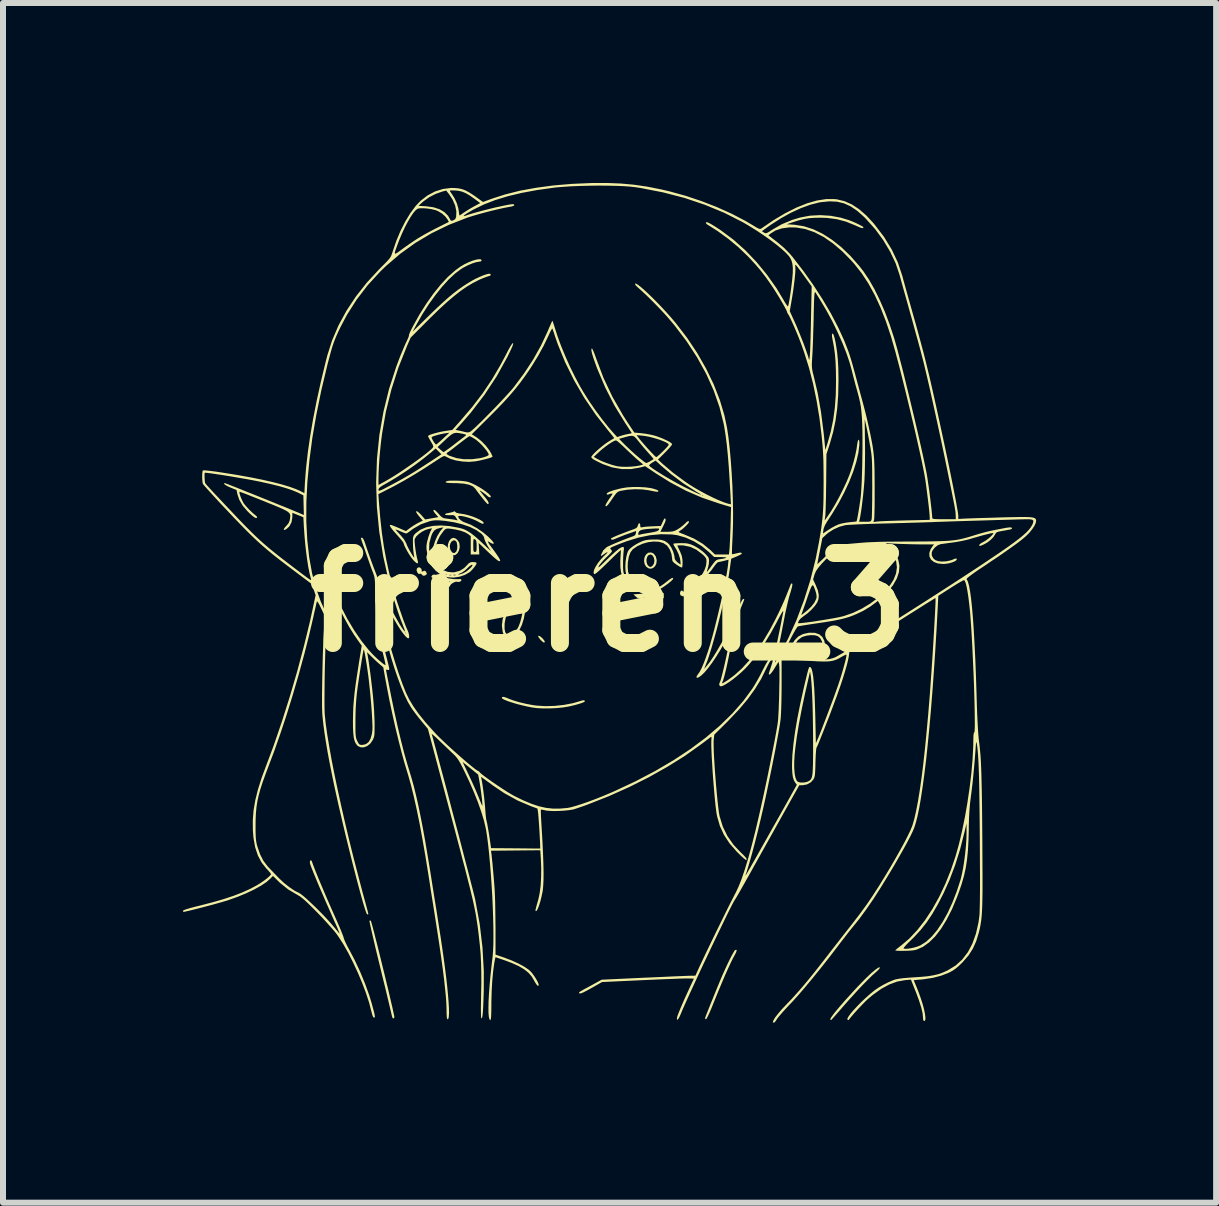
<source format=kicad_pcb>
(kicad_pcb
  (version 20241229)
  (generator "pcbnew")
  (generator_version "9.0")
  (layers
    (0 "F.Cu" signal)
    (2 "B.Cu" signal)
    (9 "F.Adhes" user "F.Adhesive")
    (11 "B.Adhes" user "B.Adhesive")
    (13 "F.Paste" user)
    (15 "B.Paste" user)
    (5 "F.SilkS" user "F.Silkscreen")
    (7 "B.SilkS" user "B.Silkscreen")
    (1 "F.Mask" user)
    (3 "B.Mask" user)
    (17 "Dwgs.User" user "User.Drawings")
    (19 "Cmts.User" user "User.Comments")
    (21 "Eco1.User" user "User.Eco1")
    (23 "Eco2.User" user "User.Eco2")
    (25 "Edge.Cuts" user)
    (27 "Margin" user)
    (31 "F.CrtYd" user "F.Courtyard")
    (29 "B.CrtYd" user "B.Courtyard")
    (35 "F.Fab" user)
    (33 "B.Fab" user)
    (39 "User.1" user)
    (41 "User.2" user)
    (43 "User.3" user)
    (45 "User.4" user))
  (footprint "frieren_3"
    (layer "F.Cu")
    (at 7.105 6.99)
    (property "Reference" "frieren_3" (at 0 0 0) (layer "F.SilkS") (effects (font (size 1.5 1.5) (thickness 0.3))))
    (attr board_only exclude_from_pos_files exclude_from_bom)
    (fp_poly (pts (xy -1.146 0.571) (xy -1.118 0.595) (xy -1.085 0.633) (xy -1.072 0.659) (xy -1.082 0.671) (xy -1.089 0.671) (xy -1.104 0.662) (xy -1.131 0.639) (xy -1.146 0.624) (xy -1.176 0.586) (xy -1.185 0.562) (xy -1.174 0.557)) (stroke (width 0) (type solid)) (fill yes) (layer "F.SilkS"))
    (fp_poly (pts (xy -3.155 -0.58) (xy -3.133 -0.56) (xy -3.124 -0.533) (xy -3.125 -0.521) (xy -3.126 -0.51) (xy -3.109 -0.515) (xy -3.102 -0.519) (xy -3.076 -0.527) (xy -3.057 -0.514) (xy -3.054 -0.509) (xy -3.039 -0.479) (xy -3.051 -0.458) (xy -3.074 -0.446) (xy -3.103 -0.443) (xy -3.122 -0.461) (xy -3.14 -0.479) (xy -3.156 -0.474) (xy -3.174 -0.471) (xy -3.194 -0.492) (xy -3.197 -0.495) (xy -3.212 -0.535) (xy -3.203 -0.567) (xy -3.18 -0.583)) (stroke (width 0) (type solid)) (fill yes) (layer "F.SilkS"))
    (fp_poly (pts (xy 0.909 -0.111) (xy 0.909 -0.068) (xy 0.83 -0.078) (xy 0.784 -0.082) (xy 0.756 -0.08) (xy 0.739 -0.069) (xy 0.728 -0.057) (xy 0.709 -0.036) (xy 0.696 -0.038) (xy 0.687 -0.046) (xy 0.649 -0.071) (xy 0.593 -0.078) (xy 0.542 -0.071) (xy 0.503 -0.064) (xy 0.477 -0.069) (xy 0.451 -0.088) (xy 0.443 -0.095) (xy 0.43 -0.107) (xy 0.676 -0.107) (xy 0.678 -0.099) (xy 0.685 -0.098) (xy 0.697 -0.103) (xy 0.695 -0.107) (xy 0.678 -0.109) (xy 0.676 -0.107) (xy 0.43 -0.107) (xy 0.404 -0.133) (xy 0.541 -0.142) (xy 0.618 -0.146) (xy 0.701 -0.15) (xy 0.776 -0.152) (xy 0.794 -0.152) (xy 0.909 -0.154)) (stroke (width 0) (type solid)) (fill yes) (layer "F.SilkS"))
    (fp_poly (pts (xy 1.357 -0.234) (xy 1.381 -0.213) (xy 1.395 -0.184) (xy 1.396 -0.18) (xy 1.395 -0.155) (xy 1.379 -0.138) (xy 1.343 -0.121) (xy 1.343 -0.121) (xy 1.281 -0.102) (xy 1.229 -0.1) (xy 1.194 -0.114) (xy 1.189 -0.118) (xy 1.18 -0.144) (xy 1.184 -0.173) (xy 1.198 -0.193) (xy 1.207 -0.196) (xy 1.226 -0.187) (xy 1.255 -0.165) (xy 1.262 -0.158) (xy 1.301 -0.121) (xy 1.301 -0.169) (xy 1.302 -0.182) (xy 1.343 -0.182) (xy 1.348 -0.17) (xy 1.352 -0.173) (xy 1.354 -0.189) (xy 1.352 -0.191) (xy 1.344 -0.189) (xy 1.343 -0.182) (xy 1.302 -0.182) (xy 1.304 -0.206) (xy 1.311 -0.233) (xy 1.312 -0.234) (xy 1.331 -0.243)) (stroke (width 0) (type solid)) (fill yes) (layer "F.SilkS"))
    (fp_poly (pts (xy 4.51 6.085) (xy 4.508 6.102) (xy 4.482 6.132) (xy 4.447 6.164) (xy 4.38 6.224) (xy 4.299 6.304) (xy 4.205 6.4) (xy 4.103 6.51) (xy 3.994 6.63) (xy 3.899 6.738) (xy 3.841 6.805) (xy 3.789 6.864) (xy 3.747 6.912) (xy 3.716 6.946) (xy 3.7 6.964) (xy 3.698 6.965) (xy 3.688 6.956) (xy 3.685 6.951) (xy 3.69 6.935) (xy 3.713 6.901) (xy 3.749 6.852) (xy 3.798 6.792) (xy 3.857 6.723) (xy 3.923 6.647) (xy 3.994 6.568) (xy 4.068 6.487) (xy 4.141 6.408) (xy 4.213 6.334) (xy 4.279 6.267) (xy 4.338 6.21) (xy 4.377 6.174) (xy 4.438 6.124) (xy 4.481 6.093) (xy 4.505 6.083)) (stroke (width 0) (type solid)) (fill yes) (layer "F.SilkS"))
    (fp_poly (pts (xy 0.742 -0.811) (xy 0.775 -0.767) (xy 0.778 -0.76) (xy 0.792 -0.703) (xy 0.787 -0.651) (xy 0.768 -0.607) (xy 0.737 -0.576) (xy 0.699 -0.56) (xy 0.658 -0.565) (xy 0.617 -0.593) (xy 0.616 -0.594) (xy 0.59 -0.639) (xy 0.581 -0.692) (xy 0.584 -0.713) (xy 0.621 -0.713) (xy 0.623 -0.668) (xy 0.637 -0.626) (xy 0.663 -0.598) (xy 0.686 -0.589) (xy 0.707 -0.597) (xy 0.727 -0.615) (xy 0.748 -0.651) (xy 0.754 -0.695) (xy 0.746 -0.739) (xy 0.727 -0.775) (xy 0.699 -0.795) (xy 0.686 -0.797) (xy 0.654 -0.785) (xy 0.632 -0.755) (xy 0.621 -0.713) (xy 0.584 -0.713) (xy 0.588 -0.746) (xy 0.61 -0.792) (xy 0.645 -0.823) (xy 0.651 -0.826) (xy 0.7 -0.831)) (stroke (width 0) (type solid)) (fill yes) (layer "F.SilkS"))
    (fp_poly (pts (xy -2.566 -1.067) (xy -2.531 -1.04) (xy -2.504 -1) (xy -2.496 -0.976) (xy -2.492 -0.917) (xy -2.505 -0.862) (xy -2.53 -0.817) (xy -2.565 -0.789) (xy -2.593 -0.783) (xy -2.624 -0.793) (xy -2.656 -0.817) (xy -2.658 -0.818) (xy -2.683 -0.862) (xy -2.692 -0.914) (xy -2.691 -0.933) (xy -2.657 -0.933) (xy -2.65 -0.882) (xy -2.631 -0.845) (xy -2.606 -0.824) (xy -2.577 -0.822) (xy -2.551 -0.844) (xy -2.545 -0.854) (xy -2.534 -0.893) (xy -2.532 -0.944) (xy -2.54 -0.991) (xy -2.546 -1.008) (xy -2.569 -1.031) (xy -2.598 -1.032) (xy -2.626 -1.015) (xy -2.647 -0.983) (xy -2.657 -0.939) (xy -2.657 -0.933) (xy -2.691 -0.933) (xy -2.687 -0.969) (xy -2.669 -1.019) (xy -2.64 -1.057) (xy -2.602 -1.075)) (stroke (width 0) (type solid)) (fill yes) (layer "F.SilkS"))
    (fp_poly (pts (xy 2.125 5.805) (xy 2.115 5.836) (xy 2.091 5.882) (xy 2.091 5.882) (xy 2.063 5.934) (xy 2.026 6.009) (xy 1.982 6.104) (xy 1.932 6.215) (xy 1.879 6.34) (xy 1.823 6.474) (xy 1.765 6.616) (xy 1.741 6.675) (xy 1.702 6.772) (xy 1.668 6.85) (xy 1.641 6.907) (xy 1.622 6.942) (xy 1.612 6.951) (xy 1.599 6.943) (xy 1.602 6.92) (xy 1.612 6.893) (xy 1.63 6.846) (xy 1.656 6.781) (xy 1.687 6.703) (xy 1.722 6.617) (xy 1.758 6.528) (xy 1.794 6.439) (xy 1.829 6.355) (xy 1.86 6.28) (xy 1.886 6.219) (xy 1.9 6.188) (xy 1.936 6.108) (xy 1.973 6.028) (xy 2.009 5.954) (xy 2.042 5.89) (xy 2.07 5.84) (xy 2.089 5.807) (xy 2.098 5.798) (xy 2.119 5.791)) (stroke (width 0) (type solid)) (fill yes) (layer "F.SilkS"))
    (fp_poly (pts (xy -1.71 1.592) (xy -1.69 1.601) (xy -1.607 1.633) (xy -1.504 1.664) (xy -1.391 1.691) (xy -1.277 1.713) (xy -1.212 1.722) (xy -1.066 1.731) (xy -0.91 1.727) (xy -0.753 1.71) (xy -0.606 1.682) (xy -0.499 1.651) (xy -0.449 1.636) (xy -0.42 1.633) (xy -0.407 1.642) (xy -0.406 1.652) (xy -0.418 1.662) (xy -0.453 1.677) (xy -0.505 1.694) (xy -0.569 1.712) (xy -0.639 1.729) (xy -0.69 1.74) (xy -0.778 1.754) (xy -0.884 1.764) (xy -0.997 1.769) (xy -1.107 1.769) (xy -1.203 1.764) (xy -1.219 1.762) (xy -1.292 1.752) (xy -1.372 1.736) (xy -1.457 1.716) (xy -1.54 1.695) (xy -1.618 1.671) (xy -1.687 1.649) (xy -1.741 1.627) (xy -1.777 1.609) (xy -1.79 1.594) (xy -1.782 1.577) (xy -1.756 1.577)) (stroke (width 0) (type solid)) (fill yes) (layer "F.SilkS"))
    (fp_poly (pts (xy -3.974 5.309) (xy -3.968 5.325) (xy -3.956 5.366) (xy -3.939 5.428) (xy -3.918 5.508) (xy -3.894 5.604) (xy -3.866 5.712) (xy -3.837 5.83) (xy -3.806 5.954) (xy -3.775 6.082) (xy -3.743 6.211) (xy -3.713 6.338) (xy -3.683 6.459) (xy -3.657 6.572) (xy -3.633 6.674) (xy -3.612 6.763) (xy -3.597 6.834) (xy -3.586 6.885) (xy -3.581 6.913) (xy -3.581 6.917) (xy -3.589 6.935) (xy -3.606 6.934) (xy -3.615 6.92) (xy -3.621 6.899) (xy -3.631 6.858) (xy -3.643 6.805) (xy -3.65 6.777) (xy -3.659 6.738) (xy -3.674 6.675) (xy -3.694 6.591) (xy -3.718 6.49) (xy -3.746 6.375) (xy -3.777 6.25) (xy -3.809 6.117) (xy -3.842 5.983) (xy -3.874 5.851) (xy -3.904 5.727) (xy -3.93 5.614) (xy -3.953 5.515) (xy -3.972 5.432) (xy -3.986 5.368) (xy -3.994 5.325) (xy -3.996 5.306) (xy -3.996 5.306) (xy -3.979 5.305)) (stroke (width 0) (type solid)) (fill yes) (layer "F.SilkS"))
    (fp_poly (pts (xy -2.844 -0.445) (xy -2.823 -0.438) (xy -2.753 -0.415) (xy -2.672 -0.398) (xy -2.592 -0.387) (xy -2.523 -0.385) (xy -2.507 -0.387) (xy -2.474 -0.386) (xy -2.462 -0.375) (xy -2.462 -0.372) (xy -2.473 -0.352) (xy -2.5 -0.34) (xy -2.526 -0.34) (xy -2.531 -0.342) (xy -2.555 -0.344) (xy -2.59 -0.331) (xy -2.624 -0.311) (xy -2.647 -0.288) (xy -2.65 -0.281) (xy -2.664 -0.256) (xy -2.679 -0.257) (xy -2.691 -0.286) (xy -2.691 -0.286) (xy -2.711 -0.317) (xy -2.743 -0.343) (xy -2.671 -0.343) (xy -2.664 -0.336) (xy -2.657 -0.343) (xy -2.664 -0.35) (xy -2.671 -0.343) (xy -2.743 -0.343) (xy -2.746 -0.345) (xy -2.787 -0.362) (xy -2.803 -0.364) (xy -2.823 -0.352) (xy -2.833 -0.335) (xy -2.847 -0.313) (xy -2.863 -0.316) (xy -2.874 -0.341) (xy -2.874 -0.348) (xy -2.889 -0.385) (xy -2.924 -0.404) (xy -2.941 -0.405) (xy -2.961 -0.414) (xy -2.963 -0.433) (xy -2.948 -0.453) (xy -2.935 -0.46) (xy -2.899 -0.461)) (stroke (width 0) (type solid)) (fill yes) (layer "F.SilkS"))
    (fp_poly (pts (xy -1.507 -0.036) (xy -1.521 -0.011) (xy -1.557 0.026) (xy -1.636 0.103) (xy -1.691 0.178) (xy -1.725 0.256) (xy -1.742 0.343) (xy -1.744 0.371) (xy -1.744 0.447) (xy -1.732 0.499) (xy -1.709 0.531) (xy -1.675 0.543) (xy -1.625 0.535) (xy -1.577 0.501) (xy -1.533 0.444) (xy -1.509 0.4) (xy -1.486 0.339) (xy -1.464 0.26) (xy -1.445 0.174) (xy -1.432 0.092) (xy -1.427 0.023) (xy -1.427 0.019) (xy -1.422 -0.016) (xy -1.406 -0.028) (xy -1.406 -0.028) (xy -1.394 -0.024) (xy -1.387 -0.009) (xy -1.386 0.022) (xy -1.39 0.071) (xy -1.399 0.144) (xy -1.4 0.149) (xy -1.423 0.271) (xy -1.455 0.375) (xy -1.496 0.461) (xy -1.543 0.525) (xy -1.595 0.568) (xy -1.652 0.586) (xy -1.711 0.579) (xy -1.73 0.571) (xy -1.756 0.544) (xy -1.775 0.496) (xy -1.789 0.386) (xy -1.776 0.28) (xy -1.735 0.177) (xy -1.667 0.079) (xy -1.583 -0.004) (xy -1.541 -0.036) (xy -1.514 -0.045)) (stroke (width 0) (type solid)) (fill yes) (layer "F.SilkS"))
    (fp_poly (pts (xy 0.604 -1.916) (xy 0.692 -1.904) (xy 0.724 -1.897) (xy 0.777 -1.881) (xy 0.811 -1.867) (xy 0.821 -1.855) (xy 0.821 -1.855) (xy 0.817 -1.847) (xy 0.81 -1.843) (xy 0.793 -1.843) (xy 0.764 -1.847) (xy 0.715 -1.856) (xy 0.657 -1.868) (xy 0.549 -1.882) (xy 0.426 -1.885) (xy 0.303 -1.877) (xy 0.203 -1.86) (xy 0.169 -1.852) (xy 0.144 -1.84) (xy 0.121 -1.821) (xy 0.095 -1.788) (xy 0.059 -1.737) (xy 0.056 -1.733) (xy 0.014 -1.671) (xy -0.017 -1.63) (xy -0.038 -1.608) (xy -0.052 -1.6) (xy -0.061 -1.605) (xy -0.062 -1.608) (xy -0.059 -1.625) (xy -0.042 -1.658) (xy -0.015 -1.701) (xy -0.008 -1.712) (xy 0.022 -1.755) (xy 0.045 -1.789) (xy 0.056 -1.809) (xy 0.056 -1.811) (xy 0.044 -1.814) (xy 0.009 -1.806) (xy -0.024 -1.794) (xy -0.039 -1.799) (xy -0.042 -1.809) (xy -0.028 -1.826) (xy 0.01 -1.845) (xy 0.072 -1.867) (xy 0.154 -1.889) (xy 0.217 -1.903) (xy 0.299 -1.916) (xy 0.397 -1.922) (xy 0.502 -1.922)) (stroke (width 0) (type solid)) (fill yes) (layer "F.SilkS"))
    (fp_poly (pts (xy -2.553 -2.028) (xy -2.484 -2.025) (xy -2.419 -2.019) (xy -2.366 -2.01) (xy -2.349 -2.006) (xy -2.296 -1.986) (xy -2.235 -1.957) (xy -2.171 -1.922) (xy -2.108 -1.883) (xy -2.052 -1.843) (xy -2.008 -1.808) (xy -1.98 -1.778) (xy -1.972 -1.761) (xy -1.982 -1.749) (xy -2.003 -1.752) (xy -2.026 -1.768) (xy -2.029 -1.771) (xy -2.051 -1.791) (xy -2.086 -1.818) (xy -2.111 -1.836) (xy -2.138 -1.854) (xy -2.154 -1.863) (xy -2.157 -1.86) (xy -2.145 -1.843) (xy -2.118 -1.809) (xy -2.075 -1.757) (xy -2.065 -1.745) (xy -2.027 -1.695) (xy -2.01 -1.66) (xy -2.012 -1.64) (xy -2.025 -1.637) (xy -2.038 -1.648) (xy -2.063 -1.675) (xy -2.097 -1.716) (xy -2.12 -1.745) (xy -2.16 -1.796) (xy -2.196 -1.844) (xy -2.222 -1.88) (xy -2.23 -1.891) (xy -2.27 -1.931) (xy -2.334 -1.96) (xy -2.422 -1.978) (xy -2.534 -1.986) (xy -2.567 -1.986) (xy -2.647 -1.988) (xy -2.7 -1.992) (xy -2.726 -2) (xy -2.724 -2.01) (xy -2.705 -2.02) (xy -2.672 -2.026) (xy -2.619 -2.028)) (stroke (width 0) (type solid)) (fill yes) (layer "F.SilkS"))
    (fp_poly (pts (xy -2.911 -1.54) (xy -2.882 -1.516) (xy -2.847 -1.479) (xy -2.811 -1.438) (xy -2.783 -1.415) (xy -2.755 -1.402) (xy -2.716 -1.396) (xy -2.702 -1.394) (xy -2.648 -1.387) (xy -2.597 -1.38) (xy -2.575 -1.376) (xy -2.527 -1.366) (xy -2.554 -1.412) (xy -2.571 -1.438) (xy -2.589 -1.45) (xy -2.618 -1.454) (xy -2.656 -1.452) (xy -2.706 -1.453) (xy -2.733 -1.459) (xy -2.737 -1.469) (xy -2.715 -1.481) (xy -2.676 -1.489) (xy -2.632 -1.498) (xy -2.6 -1.509) (xy -2.591 -1.513) (xy -2.574 -1.518) (xy -2.566 -1.507) (xy -2.546 -1.492) (xy -2.501 -1.481) (xy -2.478 -1.478) (xy -2.414 -1.468) (xy -2.345 -1.451) (xy -2.276 -1.429) (xy -2.213 -1.404) (xy -2.158 -1.378) (xy -2.117 -1.353) (xy -2.094 -1.331) (xy -2.094 -1.314) (xy -2.095 -1.313) (xy -2.116 -1.309) (xy -2.153 -1.327) (xy -2.163 -1.332) (xy -2.212 -1.359) (xy -2.27 -1.384) (xy -2.332 -1.406) (xy -2.393 -1.424) (xy -2.447 -1.436) (xy -2.489 -1.441) (xy -2.513 -1.437) (xy -2.518 -1.43) (xy -2.506 -1.4) (xy -2.475 -1.368) (xy -2.432 -1.341) (xy -2.403 -1.33) (xy -2.306 -1.292) (xy -2.202 -1.235) (xy -2.1 -1.164) (xy -2.023 -1.099) (xy -1.975 -1.052) (xy -1.941 -1.014) (xy -1.924 -0.988) (xy -1.923 -0.98) (xy -1.939 -0.975) (xy -1.971 -0.988) (xy -1.982 -0.995) (xy -2.013 -1.013) (xy -2.024 -1.017) (xy -2.021 -1.007) (xy -2.016 -0.997) (xy -1.999 -0.969) (xy -1.972 -0.931) (xy -1.954 -0.907) (xy -1.906 -0.842) (xy -1.866 -0.784) (xy -1.836 -0.738) (xy -1.82 -0.708) (xy -1.818 -0.7) (xy -1.822 -0.687) (xy -1.834 -0.685) (xy -1.857 -0.697) (xy -1.892 -0.724) (xy -1.941 -0.767) (xy -2.006 -0.827) (xy -2.07 -0.888) (xy -2.176 -0.989) (xy -2.17 -0.893) (xy -2.165 -0.797) (xy -2.236 -0.797) (xy -2.308 -0.797) (xy -2.308 -0.95) (xy -2.308 -0.952) (xy -2.266 -0.952) (xy -2.265 -0.896) (xy -2.263 -0.862) (xy -2.256 -0.845) (xy -2.245 -0.84) (xy -2.238 -0.839) (xy -2.223 -0.842) (xy -2.215 -0.854) (xy -2.211 -0.881) (xy -2.21 -0.93) (xy -2.21 -0.937) (xy -2.211 -0.99) (xy -2.216 -1.022) (xy -2.225 -1.04) (xy -2.238 -1.049) (xy -2.252 -1.055) (xy -2.26 -1.051) (xy -2.264 -1.033) (xy -2.266 -0.994) (xy -2.266 -0.952) (xy -2.308 -0.952) (xy -2.308 -1.104) (xy -2.354 -1.139) (xy -2.406 -1.168) (xy -2.479 -1.194) (xy -2.566 -1.214) (xy -2.644 -1.226) (xy -2.689 -1.23) (xy -2.718 -1.226) (xy -2.74 -1.212) (xy -2.766 -1.183) (xy -2.822 -1.105) (xy -2.865 -1.014) (xy -2.894 -0.917) (xy -2.908 -0.82) (xy -2.904 -0.73) (xy -2.883 -0.653) (xy -2.881 -0.649) (xy -2.835 -0.586) (xy -2.771 -0.538) (xy -2.694 -0.508) (xy -2.61 -0.499) (xy -2.572 -0.503) (xy -2.489 -0.526) (xy -2.42 -0.569) (xy -2.374 -0.615) (xy -2.342 -0.649) (xy -2.314 -0.666) (xy -2.28 -0.671) (xy -2.268 -0.671) (xy -2.227 -0.667) (xy -2.21 -0.655) (xy -2.21 -0.652) (xy -2.219 -0.628) (xy -2.243 -0.593) (xy -2.275 -0.553) (xy -2.31 -0.517) (xy -2.327 -0.502) (xy -2.405 -0.457) (xy -2.497 -0.426) (xy -2.593 -0.412) (xy -2.685 -0.417) (xy -2.714 -0.424) (xy -2.779 -0.451) (xy -2.665 -0.451) (xy -2.652 -0.449) (xy -2.634 -0.451) (xy -2.633 -0.453) (xy -2.603 -0.453) (xy -2.585 -0.45) (xy -2.581 -0.45) (xy -2.557 -0.452) (xy -2.555 -0.456) (xy -2.556 -0.457) (xy -2.584 -0.46) (xy -2.598 -0.457) (xy -2.603 -0.453) (xy -2.633 -0.453) (xy -2.633 -0.456) (xy -2.652 -0.459) (xy -2.66 -0.457) (xy -2.665 -0.451) (xy -2.779 -0.451) (xy -2.814 -0.465) (xy -2.818 -0.469) (xy -2.727 -0.469) (xy -2.72 -0.462) (xy -2.718 -0.464) (xy -2.517 -0.464) (xy -2.511 -0.462) (xy -2.481 -0.468) (xy -2.44 -0.482) (xy -2.426 -0.488) (xy -2.388 -0.509) (xy -2.35 -0.538) (xy -2.316 -0.568) (xy -2.29 -0.596) (xy -2.279 -0.617) (xy -2.284 -0.627) (xy -2.304 -0.619) (xy -2.335 -0.596) (xy -2.366 -0.567) (xy -2.408 -0.528) (xy -2.454 -0.496) (xy -2.483 -0.483) (xy -2.51 -0.471) (xy -2.517 -0.464) (xy -2.718 -0.464) (xy -2.713 -0.469) (xy -2.72 -0.476) (xy -2.727 -0.469) (xy -2.818 -0.469) (xy -2.896 -0.529) (xy -2.962 -0.614) (xy -2.965 -0.622) (xy -2.923 -0.622) (xy -2.916 -0.615) (xy -2.909 -0.622) (xy -2.916 -0.629) (xy -2.923 -0.622) (xy -2.965 -0.622) (xy -3.009 -0.722) (xy -3.037 -0.835) (xy -3.042 -0.866) (xy -3.002 -0.866) (xy -2.979 -0.747) (xy -2.959 -0.692) (xy -2.943 -0.659) (xy -2.932 -0.645) (xy -2.929 -0.65) (xy -2.937 -0.677) (xy -2.938 -0.679) (xy -2.951 -0.747) (xy -2.949 -0.83) (xy -2.933 -0.922) (xy -2.905 -1.015) (xy -2.866 -1.104) (xy -2.819 -1.182) (xy -2.802 -1.203) (xy -2.763 -1.249) (xy -2.819 -1.239) (xy -2.876 -1.223) (xy -2.917 -1.196) (xy -2.947 -1.151) (xy -2.965 -1.109) (xy -2.998 -0.987) (xy -3.002 -0.866) (xy -3.042 -0.866) (xy -3.046 -0.895) (xy -3.046 -0.943) (xy -3.038 -0.995) (xy -3.03 -1.03) (xy -3.014 -1.088) (xy -2.995 -1.143) (xy -2.98 -1.18) (xy -2.953 -1.234) (xy -3.004 -1.224) (xy -3.064 -1.206) (xy -3.123 -1.175) (xy -3.176 -1.137) (xy -3.218 -1.096) (xy -3.241 -1.056) (xy -3.245 -1.038) (xy -3.242 -0.992) (xy -3.236 -0.931) (xy -3.227 -0.863) (xy -3.216 -0.798) (xy -3.205 -0.744) (xy -3.197 -0.713) (xy -3.187 -0.67) (xy -3.191 -0.65) (xy -3.21 -0.653) (xy -3.242 -0.679) (xy -3.269 -0.707) (xy -3.3 -0.747) (xy -3.335 -0.799) (xy -3.368 -0.855) (xy -3.397 -0.909) (xy -3.418 -0.954) (xy -3.427 -0.984) (xy -3.427 -0.986) (xy -3.436 -1.002) (xy -3.46 -1.034) (xy -3.496 -1.077) (xy -3.541 -1.128) (xy -3.546 -1.133) (xy -3.603 -1.198) (xy -3.615 -1.213) (xy -3.561 -1.213) (xy -3.554 -1.202) (xy -3.531 -1.176) (xy -3.498 -1.14) (xy -3.484 -1.126) (xy -3.421 -1.051) (xy -3.383 -0.983) (xy -3.38 -0.973) (xy -3.367 -0.941) (xy -3.346 -0.899) (xy -3.321 -0.852) (xy -3.295 -0.808) (xy -3.272 -0.771) (xy -3.256 -0.749) (xy -3.25 -0.746) (xy -3.251 -0.76) (xy -3.256 -0.793) (xy -3.26 -0.818) (xy -3.266 -0.869) (xy -3.27 -0.933) (xy -3.272 -0.996) (xy -3.272 -1.051) (xy -3.268 -1.087) (xy -3.259 -1.112) (xy -3.242 -1.135) (xy -3.226 -1.151) (xy -3.149 -1.209) (xy -3.051 -1.25) (xy -2.935 -1.274) (xy -2.804 -1.281) (xy -2.658 -1.27) (xy -2.501 -1.241) (xy -2.476 -1.235) (xy -2.421 -1.218) (xy -2.367 -1.191) (xy -2.308 -1.154) (xy -2.242 -1.103) (xy -2.165 -1.035) (xy -2.078 -0.953) (xy -2.032 -0.908) (xy -1.997 -0.877) (xy -1.977 -0.86) (xy -1.973 -0.86) (xy -1.978 -0.866) (xy -2.01 -0.912) (xy -2.041 -0.964) (xy -2.066 -1.016) (xy -2.081 -1.058) (xy -2.084 -1.075) (xy -2.094 -1.1) (xy -2.119 -1.132) (xy -2.134 -1.146) (xy -2.216 -1.204) (xy -2.321 -1.256) (xy -2.445 -1.299) (xy -2.582 -1.333) (xy -2.728 -1.356) (xy -2.746 -1.358) (xy -2.82 -1.365) (xy -2.875 -1.367) (xy -2.919 -1.365) (xy -2.961 -1.359) (xy -2.993 -1.351) (xy -3.137 -1.301) (xy -3.265 -1.228) (xy -3.301 -1.202) (xy -3.339 -1.173) (xy -3.369 -1.153) (xy -3.384 -1.147) (xy -3.403 -1.152) (xy -3.44 -1.166) (xy -3.477 -1.182) (xy -3.519 -1.2) (xy -3.55 -1.211) (xy -3.561 -1.213) (xy -3.615 -1.213) (xy -3.639 -1.245) (xy -3.656 -1.275) (xy -3.654 -1.289) (xy -3.635 -1.289) (xy -3.614 -1.282) (xy -3.574 -1.266) (xy -3.523 -1.245) (xy -3.502 -1.236) (xy -3.388 -1.187) (xy -3.32 -1.239) (xy -3.267 -1.275) (xy -3.208 -1.311) (xy -3.179 -1.326) (xy -3.107 -1.362) (xy -3.17 -1.435) (xy -3.204 -1.479) (xy -3.219 -1.506) (xy -3.215 -1.519) (xy -3.196 -1.514) (xy -3.165 -1.488) (xy -3.133 -1.455) (xy -3.068 -1.381) (xy -2.958 -1.4) (xy -2.848 -1.42) (xy -2.895 -1.473) (xy -2.924 -1.511) (xy -2.93 -1.535) (xy -2.927 -1.54)) (stroke (width 0) (type solid)) (fill yes) (layer "F.SilkS"))
    (fp_poly (pts (xy 0.192 -6.981) (xy 0.413 -6.961) (xy 0.633 -6.929) (xy 0.861 -6.884) (xy 1.014 -6.848) (xy 1.277 -6.775) (xy 1.54 -6.687) (xy 1.797 -6.587) (xy 2.042 -6.477) (xy 2.268 -6.359) (xy 2.399 -6.282) (xy 2.453 -6.249) (xy 2.49 -6.23) (xy 2.514 -6.223) (xy 2.53 -6.227) (xy 2.533 -6.229) (xy 2.738 -6.369) (xy 2.935 -6.486) (xy 3.122 -6.58) (xy 3.299 -6.651) (xy 3.465 -6.698) (xy 3.62 -6.722) (xy 3.762 -6.721) (xy 3.801 -6.716) (xy 3.924 -6.686) (xy 4.045 -6.632) (xy 4.164 -6.554) (xy 4.284 -6.45) (xy 4.405 -6.32) (xy 4.424 -6.297) (xy 4.581 -6.091) (xy 4.71 -5.88) (xy 4.811 -5.666) (xy 4.884 -5.447) (xy 4.888 -5.434) (xy 4.901 -5.384) (xy 4.921 -5.312) (xy 4.945 -5.225) (xy 4.972 -5.129) (xy 5 -5.028) (xy 5.014 -4.979) (xy 5.07 -4.78) (xy 5.12 -4.603) (xy 5.163 -4.445) (xy 5.202 -4.301) (xy 5.238 -4.166) (xy 5.271 -4.037) (xy 5.302 -3.909) (xy 5.334 -3.779) (xy 5.366 -3.64) (xy 5.4 -3.491) (xy 5.437 -3.325) (xy 5.441 -3.308) (xy 5.482 -3.12) (xy 5.523 -2.932) (xy 5.563 -2.746) (xy 5.602 -2.564) (xy 5.639 -2.387) (xy 5.674 -2.219) (xy 5.706 -2.062) (xy 5.735 -1.917) (xy 5.76 -1.787) (xy 5.782 -1.674) (xy 5.798 -1.581) (xy 5.811 -1.508) (xy 5.817 -1.46) (xy 5.819 -1.442) (xy 5.819 -1.389) (xy 5.885 -1.393) (xy 5.914 -1.395) (xy 5.967 -1.397) (xy 6.041 -1.4) (xy 6.133 -1.403) (xy 6.238 -1.406) (xy 6.354 -1.409) (xy 6.476 -1.413) (xy 6.493 -1.414) (xy 6.64 -1.418) (xy 6.761 -1.42) (xy 6.86 -1.422) (xy 6.938 -1.422) (xy 6.998 -1.42) (xy 7.042 -1.416) (xy 7.074 -1.41) (xy 7.094 -1.402) (xy 7.107 -1.391) (xy 7.114 -1.378) (xy 7.117 -1.365) (xy 7.112 -1.328) (xy 7.09 -1.278) (xy 7.053 -1.221) (xy 7.005 -1.161) (xy 6.975 -1.13) (xy 6.931 -1.089) (xy 6.875 -1.042) (xy 6.805 -0.988) (xy 6.719 -0.926) (xy 6.616 -0.853) (xy 6.494 -0.768) (xy 6.35 -0.672) (xy 6.256 -0.608) (xy 6.153 -0.54) (xy 6.074 -0.485) (xy 6.016 -0.442) (xy 5.978 -0.412) (xy 5.96 -0.393) (xy 5.958 -0.385) (xy 5.978 -0.347) (xy 5.997 -0.28) (xy 6.015 -0.186) (xy 6.032 -0.065) (xy 6.048 0.085) (xy 6.063 0.261) (xy 6.077 0.466) (xy 6.09 0.697) (xy 6.103 0.955) (xy 6.114 1.241) (xy 6.124 1.554) (xy 6.126 1.622) (xy 6.13 1.757) (xy 6.135 1.886) (xy 6.141 2.007) (xy 6.147 2.114) (xy 6.153 2.203) (xy 6.159 2.271) (xy 6.162 2.301) (xy 6.171 2.366) (xy 6.178 2.433) (xy 6.185 2.503) (xy 6.191 2.578) (xy 6.196 2.66) (xy 6.2 2.752) (xy 6.204 2.856) (xy 6.207 2.974) (xy 6.21 3.108) (xy 6.213 3.261) (xy 6.215 3.433) (xy 6.217 3.629) (xy 6.219 3.85) (xy 6.22 3.952) (xy 6.221 4.174) (xy 6.222 4.369) (xy 6.223 4.541) (xy 6.223 4.691) (xy 6.223 4.821) (xy 6.221 4.934) (xy 6.219 5.031) (xy 6.216 5.114) (xy 6.212 5.187) (xy 6.207 5.25) (xy 6.201 5.305) (xy 6.193 5.356) (xy 6.185 5.404) (xy 6.175 5.45) (xy 6.163 5.498) (xy 6.161 5.506) (xy 6.117 5.651) (xy 6.061 5.775) (xy 5.989 5.887) (xy 5.898 5.992) (xy 5.889 6.002) (xy 5.825 6.064) (xy 5.771 6.109) (xy 5.719 6.144) (xy 5.664 6.173) (xy 5.537 6.223) (xy 5.392 6.261) (xy 5.237 6.284) (xy 5.2 6.288) (xy 5.145 6.292) (xy 5.103 6.297) (xy 5.08 6.3) (xy 5.077 6.301) (xy 5.082 6.315) (xy 5.096 6.348) (xy 5.115 6.394) (xy 5.121 6.407) (xy 5.16 6.506) (xy 5.195 6.604) (xy 5.225 6.698) (xy 5.248 6.783) (xy 5.263 6.857) (xy 5.271 6.917) (xy 5.27 6.958) (xy 5.26 6.978) (xy 5.254 6.979) (xy 5.239 6.973) (xy 5.232 6.948) (xy 5.231 6.92) (xy 5.224 6.85) (xy 5.202 6.757) (xy 5.166 6.642) (xy 5.116 6.506) (xy 5.102 6.471) (xy 5.03 6.29) (xy 4.929 6.299) (xy 4.8 6.322) (xy 4.67 6.37) (xy 4.535 6.443) (xy 4.396 6.543) (xy 4.32 6.606) (xy 4.27 6.653) (xy 4.211 6.713) (xy 4.148 6.78) (xy 4.087 6.847) (xy 4.034 6.909) (xy 3.994 6.959) (xy 3.99 6.964) (xy 3.978 6.962) (xy 3.971 6.956) (xy 3.971 6.937) (xy 3.99 6.903) (xy 4.024 6.857) (xy 4.071 6.801) (xy 4.129 6.739) (xy 4.193 6.673) (xy 4.262 6.607) (xy 4.333 6.543) (xy 4.403 6.485) (xy 4.428 6.465) (xy 4.491 6.422) (xy 4.568 6.377) (xy 4.651 6.335) (xy 4.728 6.302) (xy 4.769 6.287) (xy 4.817 6.277) (xy 4.887 6.267) (xy 4.974 6.259) (xy 5.073 6.252) (xy 5.079 6.252) (xy 5.207 6.243) (xy 5.313 6.233) (xy 5.402 6.218) (xy 5.481 6.2) (xy 5.554 6.175) (xy 5.626 6.143) (xy 5.645 6.134) (xy 5.774 6.055) (xy 5.885 5.955) (xy 5.979 5.832) (xy 6.055 5.688) (xy 6.114 5.522) (xy 6.156 5.335) (xy 6.169 5.24) (xy 6.173 5.202) (xy 6.175 5.147) (xy 6.177 5.074) (xy 6.179 4.982) (xy 6.18 4.87) (xy 6.181 4.735) (xy 6.181 4.577) (xy 6.18 4.396) (xy 6.179 4.188) (xy 6.178 3.96) (xy 6.176 3.711) (xy 6.174 3.489) (xy 6.171 3.291) (xy 6.169 3.116) (xy 6.166 2.963) (xy 6.162 2.83) (xy 6.158 2.716) (xy 6.153 2.618) (xy 6.148 2.535) (xy 6.142 2.467) (xy 6.136 2.41) (xy 6.129 2.364) (xy 6.123 2.338) (xy 6.119 2.33) (xy 6.116 2.341) (xy 6.112 2.374) (xy 6.108 2.432) (xy 6.107 2.448) (xy 6.092 2.643) (xy 6.075 2.831) (xy 6.058 3.005) (xy 6.039 3.162) (xy 6.027 3.255) (xy 6.014 3.36) (xy 6.005 3.47) (xy 5.998 3.593) (xy 5.994 3.734) (xy 5.994 3.783) (xy 5.989 3.971) (xy 5.98 4.137) (xy 5.965 4.286) (xy 5.944 4.424) (xy 5.915 4.557) (xy 5.877 4.69) (xy 5.83 4.829) (xy 5.796 4.92) (xy 5.713 5.118) (xy 5.624 5.292) (xy 5.531 5.443) (xy 5.435 5.568) (xy 5.334 5.668) (xy 5.231 5.742) (xy 5.126 5.789) (xy 5.091 5.798) (xy 5.057 5.803) (xy 5.009 5.807) (xy 4.952 5.809) (xy 4.893 5.81) (xy 4.839 5.81) (xy 4.797 5.808) (xy 4.773 5.805) (xy 4.769 5.802) (xy 4.78 5.79) (xy 4.806 5.768) (xy 4.906 5.768) (xy 4.906 5.769) (xy 4.93 5.776) (xy 4.972 5.775) (xy 5.027 5.767) (xy 5.087 5.754) (xy 5.146 5.736) (xy 5.187 5.719) (xy 5.282 5.659) (xy 5.376 5.573) (xy 5.468 5.463) (xy 5.557 5.33) (xy 5.642 5.177) (xy 5.721 5.006) (xy 5.794 4.817) (xy 5.86 4.614) (xy 5.88 4.529) (xy 5.901 4.423) (xy 5.919 4.304) (xy 5.935 4.178) (xy 5.947 4.052) (xy 5.955 3.934) (xy 5.957 3.831) (xy 5.957 3.825) (xy 5.956 3.686) (xy 5.923 3.829) (xy 5.85 4.115) (xy 5.767 4.38) (xy 5.673 4.628) (xy 5.575 4.846) (xy 5.481 5.03) (xy 5.388 5.191) (xy 5.293 5.334) (xy 5.192 5.462) (xy 5.081 5.582) (xy 5.023 5.639) (xy 4.975 5.685) (xy 4.938 5.725) (xy 4.913 5.754) (xy 4.906 5.768) (xy 4.806 5.768) (xy 4.808 5.767) (xy 4.848 5.735) (xy 4.867 5.721) (xy 5.003 5.605) (xy 5.136 5.464) (xy 5.264 5.3) (xy 5.386 5.115) (xy 5.5 4.911) (xy 5.604 4.691) (xy 5.698 4.457) (xy 5.774 4.231) (xy 5.83 4.032) (xy 5.882 3.812) (xy 5.93 3.578) (xy 5.972 3.335) (xy 6.008 3.09) (xy 6.037 2.849) (xy 6.057 2.618) (xy 6.068 2.402) (xy 6.07 2.285) (xy 6.072 2.218) (xy 6.079 2.177) (xy 6.087 2.165) (xy 6.091 2.15) (xy 6.093 2.109) (xy 6.095 2.046) (xy 6.094 1.962) (xy 6.093 1.861) (xy 6.091 1.745) (xy 6.088 1.616) (xy 6.084 1.477) (xy 6.079 1.331) (xy 6.073 1.18) (xy 6.066 1.026) (xy 6.059 0.873) (xy 6.052 0.723) (xy 6.044 0.578) (xy 6.036 0.441) (xy 6.027 0.315) (xy 6.016 0.169) (xy 6.002 0.036) (xy 5.988 -0.082) (xy 5.972 -0.184) (xy 5.957 -0.266) (xy 5.941 -0.326) (xy 5.925 -0.362) (xy 5.917 -0.37) (xy 5.902 -0.365) (xy 5.868 -0.347) (xy 5.818 -0.319) (xy 5.756 -0.281) (xy 5.696 -0.243) (xy 5.486 -0.108) (xy 5.477 0.075) (xy 5.457 0.449) (xy 5.435 0.808) (xy 5.412 1.154) (xy 5.388 1.483) (xy 5.363 1.796) (xy 5.337 2.091) (xy 5.31 2.368) (xy 5.283 2.624) (xy 5.254 2.86) (xy 5.225 3.074) (xy 5.196 3.265) (xy 5.167 3.432) (xy 5.137 3.574) (xy 5.107 3.689) (xy 5.085 3.757) (xy 5.06 3.817) (xy 5.021 3.898) (xy 4.969 3.998) (xy 4.905 4.115) (xy 4.83 4.247) (xy 4.747 4.392) (xy 4.668 4.524) (xy 4.53 4.749) (xy 4.402 4.949) (xy 4.281 5.124) (xy 4.169 5.277) (xy 4.071 5.399) (xy 4.042 5.434) (xy 4 5.486) (xy 3.949 5.552) (xy 3.893 5.625) (xy 3.834 5.701) (xy 3.825 5.714) (xy 3.676 5.908) (xy 3.533 6.09) (xy 3.397 6.258) (xy 3.27 6.411) (xy 3.155 6.545) (xy 3.052 6.659) (xy 3.007 6.706) (xy 2.946 6.771) (xy 2.891 6.832) (xy 2.844 6.886) (xy 2.809 6.928) (xy 2.791 6.955) (xy 2.791 6.955) (xy 2.77 6.987) (xy 2.75 7.006) (xy 2.745 7.007) (xy 2.729 7.003) (xy 2.727 7) (xy 2.738 6.968) (xy 2.767 6.92) (xy 2.815 6.858) (xy 2.878 6.784) (xy 2.956 6.702) (xy 2.958 6.7) (xy 3.031 6.624) (xy 3.102 6.546) (xy 3.175 6.464) (xy 3.252 6.374) (xy 3.335 6.274) (xy 3.427 6.16) (xy 3.53 6.029) (xy 3.647 5.879) (xy 3.657 5.865) (xy 3.73 5.771) (xy 3.806 5.674) (xy 3.88 5.578) (xy 3.949 5.49) (xy 4.009 5.414) (xy 4.048 5.364) (xy 4.174 5.2) (xy 4.287 5.046) (xy 4.392 4.892) (xy 4.497 4.729) (xy 4.507 4.713) (xy 4.604 4.555) (xy 4.695 4.403) (xy 4.779 4.258) (xy 4.855 4.123) (xy 4.922 4.001) (xy 4.977 3.893) (xy 5.02 3.804) (xy 5.049 3.734) (xy 5.055 3.718) (xy 5.086 3.611) (xy 5.116 3.478) (xy 5.147 3.318) (xy 5.177 3.133) (xy 5.207 2.924) (xy 5.236 2.691) (xy 5.264 2.436) (xy 5.291 2.16) (xy 5.318 1.863) (xy 5.344 1.546) (xy 5.368 1.211) (xy 5.392 0.858) (xy 5.398 0.755) (xy 5.409 0.576) (xy 5.418 0.423) (xy 5.425 0.294) (xy 5.431 0.188) (xy 5.435 0.103) (xy 5.438 0.037) (xy 5.44 -0.012) (xy 5.44 -0.045) (xy 5.439 -0.063) (xy 5.437 -0.07) (xy 5.436 -0.07) (xy 5.423 -0.063) (xy 5.389 -0.042) (xy 5.336 -0.009) (xy 5.266 0.034) (xy 5.183 0.087) (xy 5.088 0.147) (xy 4.983 0.213) (xy 4.893 0.27) (xy 4.775 0.345) (xy 4.657 0.419) (xy 4.544 0.491) (xy 4.439 0.557) (xy 4.345 0.617) (xy 4.265 0.667) (xy 4.204 0.705) (xy 4.18 0.72) (xy 4.003 0.83) (xy 3.994 0.899) (xy 3.982 0.962) (xy 3.961 1.047) (xy 3.931 1.151) (xy 3.895 1.269) (xy 3.852 1.398) (xy 3.804 1.534) (xy 3.797 1.555) (xy 3.764 1.643) (xy 3.728 1.74) (xy 3.69 1.842) (xy 3.65 1.946) (xy 3.61 2.048) (xy 3.572 2.145) (xy 3.537 2.232) (xy 3.507 2.308) (xy 3.482 2.368) (xy 3.464 2.408) (xy 3.455 2.426) (xy 3.451 2.444) (xy 3.447 2.486) (xy 3.443 2.545) (xy 3.44 2.617) (xy 3.438 2.671) (xy 3.436 2.76) (xy 3.433 2.825) (xy 3.43 2.872) (xy 3.424 2.905) (xy 3.416 2.93) (xy 3.406 2.95) (xy 3.36 3.001) (xy 3.297 3.036) (xy 3.226 3.049) (xy 3.224 3.049) (xy 3.168 3.05) (xy 2.959 3.423) (xy 2.905 3.519) (xy 2.841 3.634) (xy 2.769 3.763) (xy 2.692 3.901) (xy 2.612 4.044) (xy 2.532 4.187) (xy 2.456 4.324) (xy 2.43 4.37) (xy 2.365 4.487) (xy 2.303 4.597) (xy 2.247 4.697) (xy 2.197 4.785) (xy 2.155 4.859) (xy 2.122 4.915) (xy 2.1 4.952) (xy 2.09 4.966) (xy 2.078 4.986) (xy 2.055 5.029) (xy 2.023 5.092) (xy 1.982 5.173) (xy 1.935 5.269) (xy 1.882 5.379) (xy 1.824 5.499) (xy 1.763 5.626) (xy 1.699 5.76) (xy 1.635 5.896) (xy 1.57 6.032) (xy 1.507 6.167) (xy 1.447 6.297) (xy 1.39 6.42) (xy 1.338 6.533) (xy 1.292 6.635) (xy 1.253 6.722) (xy 1.222 6.792) (xy 1.202 6.842) (xy 1.2 6.845) (xy 1.176 6.902) (xy 1.155 6.94) (xy 1.139 6.959) (xy 1.13 6.956) (xy 1.129 6.929) (xy 1.129 6.927) (xy 1.136 6.901) (xy 1.154 6.852) (xy 1.181 6.786) (xy 1.215 6.705) (xy 1.255 6.613) (xy 1.3 6.515) (xy 1.336 6.436) (xy 1.412 6.273) (xy 1.332 6.27) (xy 1.302 6.27) (xy 1.247 6.271) (xy 1.171 6.273) (xy 1.076 6.277) (xy 0.965 6.281) (xy 0.842 6.286) (xy 0.71 6.292) (xy 0.571 6.298) (xy 0.566 6.298) (xy -0.119 6.33) (xy -0.299 6.432) (xy -0.377 6.475) (xy -0.434 6.504) (xy -0.471 6.519) (xy -0.491 6.521) (xy -0.494 6.519) (xy -0.5 6.513) (xy -0.504 6.508) (xy -0.5 6.501) (xy -0.487 6.491) (xy -0.461 6.475) (xy -0.419 6.451) (xy -0.357 6.418) (xy -0.311 6.393) (xy -0.126 6.291) (xy 0.584 6.258) (xy 0.725 6.252) (xy 0.859 6.246) (xy 0.984 6.24) (xy 1.096 6.235) (xy 1.193 6.231) (xy 1.272 6.228) (xy 1.329 6.226) (xy 1.362 6.225) (xy 1.365 6.225) (xy 1.437 6.224) (xy 1.474 6.142) (xy 1.506 6.071) (xy 1.549 5.981) (xy 1.599 5.874) (xy 1.656 5.756) (xy 1.716 5.631) (xy 1.779 5.501) (xy 1.843 5.371) (xy 1.905 5.245) (xy 1.963 5.127) (xy 2.016 5.021) (xy 2.062 4.931) (xy 2.098 4.861) (xy 2.11 4.839) (xy 2.157 4.738) (xy 2.208 4.61) (xy 2.226 4.556) (xy 2.272 4.556) (xy 2.276 4.551) (xy 2.285 4.537) (xy 2.3 4.512) (xy 2.321 4.475) (xy 2.35 4.425) (xy 2.386 4.361) (xy 2.432 4.281) (xy 2.487 4.183) (xy 2.552 4.067) (xy 2.629 3.931) (xy 2.717 3.774) (xy 2.819 3.594) (xy 2.854 3.532) (xy 3.128 3.042) (xy 3.103 3.009) (xy 3.08 2.97) (xy 3.063 2.919) (xy 3.053 2.851) (xy 3.048 2.764) (xy 3.048 2.694) (xy 3.049 2.655) (xy 3.084 2.655) (xy 3.084 2.76) (xy 3.091 2.85) (xy 3.104 2.921) (xy 3.124 2.97) (xy 3.144 2.992) (xy 3.185 3.004) (xy 3.239 3.005) (xy 3.293 2.995) (xy 3.317 2.985) (xy 3.337 2.974) (xy 3.353 2.961) (xy 3.367 2.943) (xy 3.377 2.918) (xy 3.385 2.883) (xy 3.391 2.836) (xy 3.394 2.773) (xy 3.397 2.693) (xy 3.398 2.592) (xy 3.399 2.468) (xy 3.399 2.354) (xy 3.398 2.181) (xy 3.396 2.011) (xy 3.393 1.85) (xy 3.389 1.698) (xy 3.384 1.56) (xy 3.378 1.439) (xy 3.371 1.338) (xy 3.364 1.259) (xy 3.359 1.224) (xy 3.348 1.154) (xy 3.324 1.259) (xy 3.26 1.539) (xy 3.206 1.799) (xy 3.161 2.037) (xy 3.126 2.252) (xy 3.101 2.443) (xy 3.091 2.537) (xy 3.084 2.655) (xy 3.049 2.655) (xy 3.054 2.54) (xy 3.071 2.362) (xy 3.098 2.16) (xy 3.136 1.936) (xy 3.185 1.691) (xy 3.244 1.426) (xy 3.26 1.357) (xy 3.283 1.262) (xy 3.3 1.192) (xy 3.313 1.141) (xy 3.323 1.108) (xy 3.331 1.089) (xy 3.337 1.079) (xy 3.344 1.077) (xy 3.344 1.077) (xy 3.361 1.086) (xy 3.375 1.114) (xy 3.388 1.163) (xy 3.4 1.232) (xy 3.409 1.324) (xy 3.418 1.44) (xy 3.425 1.58) (xy 3.431 1.746) (xy 3.436 1.927) (xy 3.445 2.35) (xy 3.471 2.291) (xy 3.489 2.249) (xy 3.515 2.185) (xy 3.547 2.104) (xy 3.583 2.009) (xy 3.623 1.906) (xy 3.663 1.8) (xy 3.703 1.693) (xy 3.741 1.592) (xy 3.774 1.5) (xy 3.802 1.421) (xy 3.815 1.385) (xy 3.842 1.303) (xy 3.869 1.218) (xy 3.894 1.134) (xy 3.916 1.054) (xy 3.935 0.984) (xy 3.948 0.927) (xy 3.955 0.889) (xy 3.954 0.873) (xy 3.94 0.875) (xy 3.909 0.89) (xy 3.876 0.908) (xy 3.829 0.935) (xy 3.787 0.955) (xy 3.745 0.97) (xy 3.698 0.98) (xy 3.643 0.986) (xy 3.576 0.987) (xy 3.493 0.985) (xy 3.388 0.979) (xy 3.296 0.973) (xy 3.198 0.967) (xy 3.107 0.962) (xy 3.029 0.957) (xy 2.967 0.954) (xy 2.925 0.952) (xy 2.909 0.951) (xy 2.874 0.951) (xy 2.874 1.381) (xy 2.873 1.515) (xy 2.871 1.641) (xy 2.868 1.756) (xy 2.864 1.853) (xy 2.859 1.93) (xy 2.855 1.965) (xy 2.847 2.022) (xy 2.834 2.104) (xy 2.816 2.205) (xy 2.794 2.323) (xy 2.77 2.455) (xy 2.742 2.596) (xy 2.713 2.744) (xy 2.682 2.894) (xy 2.651 3.043) (xy 2.621 3.189) (xy 2.591 3.326) (xy 2.572 3.412) (xy 2.524 3.62) (xy 2.476 3.822) (xy 2.427 4.014) (xy 2.38 4.191) (xy 2.335 4.35) (xy 2.293 4.488) (xy 2.272 4.553) (xy 2.272 4.556) (xy 2.226 4.556) (xy 2.261 4.453) (xy 2.317 4.269) (xy 2.375 4.056) (xy 2.436 3.816) (xy 2.499 3.548) (xy 2.565 3.253) (xy 2.634 2.929) (xy 2.692 2.643) (xy 2.716 2.52) (xy 2.739 2.401) (xy 2.761 2.289) (xy 2.779 2.19) (xy 2.794 2.106) (xy 2.805 2.041) (xy 2.811 2) (xy 2.816 1.951) (xy 2.82 1.882) (xy 2.825 1.797) (xy 2.828 1.701) (xy 2.832 1.597) (xy 2.834 1.491) (xy 2.836 1.386) (xy 2.838 1.287) (xy 2.838 1.199) (xy 2.838 1.126) (xy 2.836 1.072) (xy 2.833 1.042) (xy 2.823 0.99) (xy 2.758 1.096) (xy 2.728 1.144) (xy 2.7 1.18) (xy 2.681 1.201) (xy 2.676 1.203) (xy 2.666 1.203) (xy 2.66 1.199) (xy 2.661 1.187) (xy 2.668 1.161) (xy 2.682 1.118) (xy 2.699 1.068) (xy 2.716 1.013) (xy 2.728 0.97) (xy 2.734 0.943) (xy 2.733 0.938) (xy 2.718 0.94) (xy 2.695 0.965) (xy 2.667 1.008) (xy 2.636 1.067) (xy 2.616 1.108) (xy 2.532 1.279) (xy 2.429 1.447) (xy 2.307 1.616) (xy 2.163 1.787) (xy 1.995 1.964) (xy 1.979 1.981) (xy 1.752 2.206) (xy 1.743 2.282) (xy 1.74 2.325) (xy 1.741 2.393) (xy 1.743 2.48) (xy 1.748 2.582) (xy 1.755 2.696) (xy 1.763 2.818) (xy 1.773 2.944) (xy 1.783 3.069) (xy 1.794 3.189) (xy 1.805 3.301) (xy 1.816 3.4) (xy 1.826 3.483) (xy 1.836 3.545) (xy 1.84 3.565) (xy 1.893 3.738) (xy 1.97 3.896) (xy 2.072 4.041) (xy 2.182 4.159) (xy 2.239 4.214) (xy 2.275 4.253) (xy 2.292 4.279) (xy 2.29 4.292) (xy 2.278 4.294) (xy 2.264 4.284) (xy 2.233 4.259) (xy 2.191 4.22) (xy 2.142 4.172) (xy 2.128 4.158) (xy 2.008 4.021) (xy 1.915 3.88) (xy 1.846 3.731) (xy 1.799 3.57) (xy 1.791 3.529) (xy 1.782 3.468) (xy 1.772 3.385) (xy 1.762 3.287) (xy 1.752 3.176) (xy 1.742 3.056) (xy 1.732 2.932) (xy 1.723 2.808) (xy 1.716 2.688) (xy 1.709 2.576) (xy 1.705 2.476) (xy 1.702 2.392) (xy 1.702 2.329) (xy 1.703 2.295) (xy 1.706 2.258) (xy 1.703 2.244) (xy 1.692 2.247) (xy 1.683 2.253) (xy 1.663 2.269) (xy 1.625 2.297) (xy 1.575 2.335) (xy 1.518 2.377) (xy 1.513 2.381) (xy 1.252 2.566) (xy 0.966 2.744) (xy 0.66 2.916) (xy 0.337 3.078) (xy 0.001 3.229) (xy -0.346 3.366) (xy -0.353 3.369) (xy -0.427 3.396) (xy -0.498 3.42) (xy -0.557 3.44) (xy -0.599 3.453) (xy -0.608 3.455) (xy -0.671 3.465) (xy -0.75 3.473) (xy -0.835 3.478) (xy -0.918 3.48) (xy -0.993 3.477) (xy -1.049 3.472) (xy -1.061 3.469) (xy -1.103 3.46) (xy -1.132 3.456) (xy -1.14 3.457) (xy -1.14 3.472) (xy -1.139 3.51) (xy -1.137 3.569) (xy -1.133 3.644) (xy -1.128 3.73) (xy -1.125 3.777) (xy -1.112 3.999) (xy -1.103 4.194) (xy -1.097 4.363) (xy -1.094 4.508) (xy -1.095 4.628) (xy -1.1 4.726) (xy -1.107 4.801) (xy -1.11 4.819) (xy -1.127 4.901) (xy -1.146 4.979) (xy -1.167 5.047) (xy -1.187 5.1) (xy -1.204 5.134) (xy -1.215 5.145) (xy -1.224 5.147) (xy -1.228 5.144) (xy -1.229 5.133) (xy -1.224 5.109) (xy -1.214 5.068) (xy -1.197 5.008) (xy -1.181 4.951) (xy -1.159 4.848) (xy -1.143 4.724) (xy -1.135 4.585) (xy -1.133 4.438) (xy -1.139 4.287) (xy -1.139 4.279) (xy -1.149 4.133) (xy -1.56 4.137) (xy -1.971 4.141) (xy -1.965 4.179) (xy -1.96 4.216) (xy -1.954 4.278) (xy -1.945 4.363) (xy -1.936 4.467) (xy -1.925 4.588) (xy -1.914 4.724) (xy -1.914 4.728) (xy -1.909 4.797) (xy -1.905 4.889) (xy -1.901 4.997) (xy -1.899 5.117) (xy -1.897 5.242) (xy -1.896 5.367) (xy -1.895 5.409) (xy -1.895 5.873) (xy -1.75 5.923) (xy -1.626 5.97) (xy -1.514 6.021) (xy -1.419 6.072) (xy -1.345 6.122) (xy -1.323 6.141) (xy -1.29 6.176) (xy -1.255 6.223) (xy -1.221 6.275) (xy -1.194 6.323) (xy -1.178 6.362) (xy -1.175 6.376) (xy -1.181 6.394) (xy -1.196 6.389) (xy -1.217 6.364) (xy -1.242 6.324) (xy -1.25 6.308) (xy -1.292 6.237) (xy -1.347 6.174) (xy -1.419 6.117) (xy -1.509 6.064) (xy -1.622 6.013) (xy -1.747 5.966) (xy -1.806 5.946) (xy -1.854 5.93) (xy -1.885 5.919) (xy -1.895 5.916) (xy -1.899 5.929) (xy -1.906 5.962) (xy -1.914 6.004) (xy -1.934 6.145) (xy -1.949 6.306) (xy -1.959 6.48) (xy -1.964 6.66) (xy -1.964 6.703) (xy -1.965 6.802) (xy -1.967 6.876) (xy -1.97 6.926) (xy -1.975 6.955) (xy -1.981 6.965) (xy -1.982 6.965) (xy -1.996 6.952) (xy -2.006 6.912) (xy -2.012 6.848) (xy -2.013 6.761) (xy -2.011 6.652) (xy -2.004 6.523) (xy -1.993 6.376) (xy -1.978 6.212) (xy -1.958 6.032) (xy -1.943 5.902) (xy -1.936 5.813) (xy -1.931 5.7) (xy -1.93 5.566) (xy -1.931 5.416) (xy -1.935 5.252) (xy -1.941 5.079) (xy -1.949 4.9) (xy -1.96 4.72) (xy -1.972 4.54) (xy -1.986 4.367) (xy -2.001 4.202) (xy -2.017 4.049) (xy -2.034 3.914) (xy -2.052 3.798) (xy -2.057 3.772) (xy -2.086 3.646) (xy -2.13 3.5) (xy -2.186 3.339) (xy -2.254 3.168) (xy -2.332 2.989) (xy -2.407 2.831) (xy -2.448 2.747) (xy -2.481 2.683) (xy -2.494 2.661) (xy -2.444 2.661) (xy -2.343 2.873) (xy -2.303 2.959) (xy -2.261 3.051) (xy -2.222 3.14) (xy -2.19 3.217) (xy -2.18 3.24) (xy -2.156 3.3) (xy -2.136 3.349) (xy -2.121 3.381) (xy -2.114 3.392) (xy -2.114 3.391) (xy -2.113 3.376) (xy -2.116 3.339) (xy -2.12 3.287) (xy -2.125 3.249) (xy -2.135 3.171) (xy -2.147 3.086) (xy -2.159 3.009) (xy -2.162 2.992) (xy -2.177 2.91) (xy -2.137 2.91) (xy -2.126 2.962) (xy -2.117 3.01) (xy -2.107 3.078) (xy -2.096 3.161) (xy -2.085 3.249) (xy -2.076 3.338) (xy -2.069 3.418) (xy -2.064 3.483) (xy -2.059 3.544) (xy -2.053 3.599) (xy -2.046 3.638) (xy -2.044 3.645) (xy -2.036 3.678) (xy -2.026 3.733) (xy -2.014 3.802) (xy -2.001 3.879) (xy -1.989 3.958) (xy -1.979 4.031) (xy -1.979 4.031) (xy -1.97 4.098) (xy -1.562 4.101) (xy -1.458 4.102) (xy -1.364 4.103) (xy -1.283 4.104) (xy -1.218 4.104) (xy -1.173 4.104) (xy -1.151 4.104) (xy -1.15 4.104) (xy -1.15 4.09) (xy -1.151 4.053) (xy -1.153 3.996) (xy -1.157 3.924) (xy -1.161 3.841) (xy -1.162 3.831) (xy -1.167 3.742) (xy -1.173 3.659) (xy -1.178 3.587) (xy -1.183 3.531) (xy -1.186 3.499) (xy -1.196 3.438) (xy -1.301 3.4) (xy -1.526 3.304) (xy -1.746 3.183) (xy -1.942 3.051) (xy -1.994 3.012) (xy -2.044 2.976) (xy -2.082 2.948) (xy -2.093 2.94) (xy -2.137 2.91) (xy -2.177 2.91) (xy -2.184 2.872) (xy -2.314 2.766) (xy -2.444 2.661) (xy -2.494 2.661) (xy -2.509 2.635) (xy -2.535 2.598) (xy -2.562 2.565) (xy -2.593 2.534) (xy -2.604 2.523) (xy -2.65 2.48) (xy -2.707 2.425) (xy -2.77 2.365) (xy -2.83 2.308) (xy -2.878 2.261) (xy -2.919 2.225) (xy -2.947 2.202) (xy -2.959 2.194) (xy -2.959 2.196) (xy -2.952 2.22) (xy -2.938 2.268) (xy -2.919 2.339) (xy -2.894 2.43) (xy -2.865 2.539) (xy -2.832 2.664) (xy -2.795 2.802) (xy -2.755 2.951) (xy -2.713 3.109) (xy -2.67 3.273) (xy -2.626 3.442) (xy -2.581 3.612) (xy -2.536 3.782) (xy -2.492 3.949) (xy -2.45 4.111) (xy -2.41 4.266) (xy -2.372 4.411) (xy -2.337 4.545) (xy -2.307 4.664) (xy -2.28 4.767) (xy -2.259 4.851) (xy -2.243 4.914) (xy -2.234 4.953) (xy -2.233 4.958) (xy -2.159 5.36) (xy -2.112 5.757) (xy -2.09 6.154) (xy -2.091 6.469) (xy -2.095 6.602) (xy -2.099 6.71) (xy -2.103 6.794) (xy -2.108 6.857) (xy -2.113 6.9) (xy -2.12 6.926) (xy -2.127 6.937) (xy -2.129 6.937) (xy -2.134 6.927) (xy -2.137 6.895) (xy -2.138 6.84) (xy -2.139 6.761) (xy -2.137 6.657) (xy -2.135 6.528) (xy -2.131 6.338) (xy -2.132 6.169) (xy -2.136 6.014) (xy -2.143 5.866) (xy -2.156 5.718) (xy -2.173 5.563) (xy -2.183 5.483) (xy -2.19 5.424) (xy -2.198 5.369) (xy -2.206 5.316) (xy -2.214 5.263) (xy -2.223 5.208) (xy -2.234 5.152) (xy -2.246 5.09) (xy -2.26 5.024) (xy -2.277 4.949) (xy -2.297 4.866) (xy -2.319 4.773) (xy -2.346 4.668) (xy -2.376 4.549) (xy -2.41 4.415) (xy -2.45 4.265) (xy -2.494 4.096) (xy -2.544 3.908) (xy -2.599 3.699) (xy -2.661 3.467) (xy -2.729 3.211) (xy -2.791 2.979) (xy -3.022 2.11) (xy -3.126 1.985) (xy -3.178 1.921) (xy -3.232 1.851) (xy -3.28 1.786) (xy -3.302 1.753) (xy -3.354 1.665) (xy -3.409 1.553) (xy -3.465 1.419) (xy -3.522 1.268) (xy -3.579 1.102) (xy -3.634 0.925) (xy -3.686 0.74) (xy -3.735 0.551) (xy -3.78 0.36) (xy -3.818 0.171) (xy -3.851 -0.012) (xy -3.851 -0.014) (xy -3.855 -0.034) (xy -3.858 -0.031) (xy -3.859 -0.008) (xy -3.858 0.031) (xy -3.855 0.08) (xy -3.851 0.137) (xy -3.846 0.196) (xy -3.846 0.198) (xy -3.81 0.463) (xy -3.758 0.731) (xy -3.725 0.866) (xy -3.701 0.958) (xy -3.684 1.026) (xy -3.672 1.074) (xy -3.667 1.105) (xy -3.667 1.123) (xy -3.673 1.129) (xy -3.682 1.129) (xy -3.691 1.127) (xy -3.714 1.123) (xy -3.72 1.127) (xy -3.718 1.142) (xy -3.71 1.182) (xy -3.699 1.242) (xy -3.683 1.319) (xy -3.665 1.411) (xy -3.645 1.512) (xy -3.636 1.558) (xy -3.582 1.82) (xy -3.527 2.068) (xy -3.473 2.296) (xy -3.42 2.505) (xy -3.368 2.689) (xy -3.329 2.817) (xy -3.292 2.94) (xy -3.255 3.074) (xy -3.219 3.222) (xy -3.182 3.385) (xy -3.145 3.566) (xy -3.106 3.766) (xy -3.066 3.987) (xy -3.025 4.232) (xy -2.98 4.503) (xy -2.98 4.504) (xy -2.948 4.707) (xy -2.92 4.885) (xy -2.895 5.04) (xy -2.873 5.176) (xy -2.855 5.294) (xy -2.839 5.397) (xy -2.825 5.487) (xy -2.812 5.568) (xy -2.801 5.642) (xy -2.791 5.71) (xy -2.781 5.777) (xy -2.772 5.844) (xy -2.77 5.853) (xy -2.743 6.051) (xy -2.72 6.233) (xy -2.701 6.397) (xy -2.687 6.543) (xy -2.677 6.668) (xy -2.671 6.773) (xy -2.67 6.854) (xy -2.674 6.912) (xy -2.682 6.944) (xy -2.691 6.951) (xy -2.7 6.946) (xy -2.706 6.926) (xy -2.709 6.888) (xy -2.711 6.828) (xy -2.711 6.794) (xy -2.714 6.702) (xy -2.721 6.591) (xy -2.734 6.459) (xy -2.75 6.306) (xy -2.772 6.131) (xy -2.799 5.933) (xy -2.831 5.71) (xy -2.869 5.462) (xy -2.912 5.187) (xy -2.915 5.168) (xy -2.933 5.054) (xy -2.954 4.923) (xy -2.976 4.786) (xy -2.996 4.653) (xy -3.014 4.539) (xy -3.065 4.225) (xy -3.115 3.938) (xy -3.163 3.677) (xy -3.211 3.443) (xy -3.258 3.234) (xy -3.304 3.049) (xy -3.349 2.888) (xy -3.364 2.839) (xy -3.412 2.68) (xy -3.462 2.498) (xy -3.513 2.298) (xy -3.565 2.084) (xy -3.615 1.861) (xy -3.663 1.635) (xy -3.707 1.408) (xy -3.735 1.259) (xy -3.766 1.084) (xy -3.838 1.022) (xy -3.888 0.977) (xy -3.943 0.924) (xy -3.978 0.889) (xy -4.01 0.857) (xy -4.032 0.837) (xy -4.039 0.833) (xy -4.038 0.834) (xy -4.032 0.854) (xy -4.024 0.899) (xy -4.013 0.963) (xy -4.002 1.042) (xy -3.989 1.133) (xy -3.976 1.231) (xy -3.964 1.332) (xy -3.952 1.431) (xy -3.942 1.526) (xy -3.936 1.581) (xy -3.928 1.681) (xy -3.92 1.791) (xy -3.915 1.899) (xy -3.911 1.995) (xy -3.911 2.028) (xy -3.911 2.109) (xy -3.912 2.167) (xy -3.914 2.209) (xy -3.92 2.241) (xy -3.929 2.268) (xy -3.942 2.296) (xy -3.944 2.299) (xy -3.984 2.357) (xy -4.034 2.396) (xy -4.089 2.418) (xy -4.142 2.418) (xy -4.189 2.396) (xy -4.202 2.384) (xy -4.226 2.351) (xy -4.245 2.309) (xy -4.258 2.253) (xy -4.266 2.181) (xy -4.271 2.088) (xy -4.271 2.067) (xy -4.23 2.067) (xy -4.23 2.139) (xy -4.228 2.193) (xy -4.224 2.232) (xy -4.219 2.262) (xy -4.211 2.287) (xy -4.2 2.311) (xy -4.18 2.351) (xy -4.161 2.371) (xy -4.138 2.377) (xy -4.128 2.378) (xy -4.084 2.372) (xy -4.052 2.362) (xy -4.01 2.329) (xy -3.977 2.272) (xy -3.956 2.196) (xy -3.947 2.126) (xy -3.946 2.07) (xy -3.949 1.991) (xy -3.954 1.894) (xy -3.961 1.782) (xy -3.971 1.661) (xy -3.982 1.535) (xy -3.995 1.409) (xy -4.008 1.287) (xy -4.015 1.231) (xy -4.027 1.145) (xy -4.039 1.059) (xy -4.052 0.979) (xy -4.064 0.907) (xy -4.075 0.848) (xy -4.084 0.807) (xy -4.091 0.787) (xy -4.092 0.787) (xy -4.096 0.802) (xy -4.104 0.841) (xy -4.114 0.898) (xy -4.126 0.971) (xy -4.139 1.054) (xy -4.153 1.143) (xy -4.167 1.234) (xy -4.18 1.322) (xy -4.192 1.404) (xy -4.201 1.475) (xy -4.205 1.504) (xy -4.217 1.628) (xy -4.226 1.771) (xy -4.23 1.924) (xy -4.23 1.972) (xy -4.23 2.067) (xy -4.271 2.067) (xy -4.272 1.971) (xy -4.271 1.958) (xy -4.269 1.847) (xy -4.265 1.738) (xy -4.256 1.625) (xy -4.244 1.505) (xy -4.227 1.372) (xy -4.205 1.223) (xy -4.178 1.051) (xy -4.174 1.022) (xy -4.125 0.723) (xy -4.167 0.665) (xy -4.248 0.549) (xy -4.333 0.413) (xy -4.416 0.263) (xy -4.496 0.108) (xy -4.567 -0.046) (xy -4.601 -0.127) (xy -4.626 -0.187) (xy -4.648 -0.233) (xy -4.663 -0.262) (xy -4.671 -0.269) (xy -4.671 -0.266) (xy -4.669 -0.234) (xy -4.662 -0.18) (xy -4.652 -0.109) (xy -4.64 -0.028) (xy -4.626 0.059) (xy -4.611 0.146) (xy -4.596 0.227) (xy -4.586 0.278) (xy -4.572 0.355) (xy -4.567 0.407) (xy -4.571 0.433) (xy -4.585 0.436) (xy -4.609 0.415) (xy -4.644 0.372) (xy -4.646 0.369) (xy -4.707 0.289) (xy -4.716 0.442) (xy -4.721 0.538) (xy -4.726 0.651) (xy -4.731 0.777) (xy -4.735 0.911) (xy -4.739 1.05) (xy -4.742 1.19) (xy -4.744 1.327) (xy -4.745 1.458) (xy -4.746 1.579) (xy -4.746 1.686) (xy -4.745 1.775) (xy -4.743 1.842) (xy -4.741 1.874) (xy -4.725 2.027) (xy -4.7 2.204) (xy -4.667 2.403) (xy -4.628 2.623) (xy -4.581 2.862) (xy -4.528 3.116) (xy -4.469 3.385) (xy -4.405 3.666) (xy -4.336 3.957) (xy -4.262 4.256) (xy -4.183 4.561) (xy -4.102 4.869) (xy -4.078 4.956) (xy -4.057 5.033) (xy -4.039 5.1) (xy -4.025 5.152) (xy -4.017 5.186) (xy -4.014 5.197) (xy -4.025 5.203) (xy -4.033 5.203) (xy -4.043 5.19) (xy -4.058 5.151) (xy -4.078 5.09) (xy -4.103 5.008) (xy -4.131 4.908) (xy -4.163 4.791) (xy -4.198 4.661) (xy -4.235 4.518) (xy -4.274 4.366) (xy -4.314 4.207) (xy -4.355 4.042) (xy -4.396 3.874) (xy -4.436 3.706) (xy -4.475 3.539) (xy -4.513 3.375) (xy -4.548 3.217) (xy -4.581 3.068) (xy -4.61 2.928) (xy -4.614 2.909) (xy -4.657 2.694) (xy -4.693 2.503) (xy -4.722 2.331) (xy -4.746 2.177) (xy -4.765 2.036) (xy -4.779 1.905) (xy -4.783 1.853) (xy -4.785 1.803) (xy -4.787 1.729) (xy -4.787 1.635) (xy -4.787 1.524) (xy -4.785 1.401) (xy -4.783 1.269) (xy -4.78 1.131) (xy -4.777 0.993) (xy -4.773 0.857) (xy -4.768 0.728) (xy -4.764 0.609) (xy -4.758 0.504) (xy -4.755 0.453) (xy -4.741 0.227) (xy -4.804 0.097) (xy -4.83 0.043) (xy -4.852 0.005) (xy -4.867 -0.014) (xy -4.873 -0.014) (xy -4.878 0.006) (xy -4.888 0.049) (xy -4.901 0.108) (xy -4.918 0.18) (xy -4.93 0.238) (xy -5.003 0.551) (xy -5.086 0.877) (xy -5.177 1.209) (xy -5.274 1.542) (xy -5.375 1.869) (xy -5.48 2.185) (xy -5.585 2.484) (xy -5.67 2.709) (xy -5.728 2.863) (xy -5.776 2.996) (xy -5.814 3.113) (xy -5.843 3.219) (xy -5.865 3.318) (xy -5.88 3.416) (xy -5.889 3.516) (xy -5.894 3.624) (xy -5.895 3.72) (xy -5.895 3.814) (xy -5.893 3.886) (xy -5.89 3.942) (xy -5.884 3.987) (xy -5.876 4.03) (xy -5.864 4.074) (xy -5.864 4.074) (xy -5.819 4.202) (xy -5.765 4.308) (xy -5.697 4.398) (xy -5.677 4.42) (xy -5.633 4.466) (xy -5.579 4.522) (xy -5.524 4.579) (xy -5.505 4.599) (xy -5.421 4.678) (xy -5.331 4.749) (xy -5.243 4.808) (xy -5.169 4.845) (xy -5.14 4.864) (xy -5.095 4.899) (xy -5.039 4.948) (xy -4.974 5.009) (xy -4.903 5.076) (xy -4.831 5.148) (xy -4.759 5.221) (xy -4.693 5.292) (xy -4.635 5.357) (xy -4.605 5.392) (xy -4.565 5.44) (xy -4.531 5.481) (xy -4.508 5.509) (xy -4.5 5.518) (xy -4.496 5.521) (xy -4.495 5.519) (xy -4.498 5.509) (xy -4.506 5.489) (xy -4.52 5.455) (xy -4.541 5.405) (xy -4.571 5.338) (xy -4.61 5.251) (xy -4.658 5.14) (xy -4.664 5.127) (xy -4.725 4.989) (xy -4.782 4.857) (xy -4.835 4.735) (xy -4.881 4.625) (xy -4.921 4.529) (xy -4.952 4.451) (xy -4.975 4.392) (xy -4.987 4.355) (xy -4.989 4.348) (xy -4.989 4.319) (xy -4.979 4.301) (xy -4.966 4.302) (xy -4.957 4.318) (xy -4.93 4.392) (xy -4.892 4.49) (xy -4.843 4.611) (xy -4.783 4.753) (xy -4.714 4.916) (xy -4.635 5.097) (xy -4.547 5.295) (xy -4.54 5.31) (xy -4.506 5.389) (xy -4.475 5.462) (xy -4.45 5.525) (xy -4.432 5.572) (xy -4.425 5.597) (xy -4.414 5.629) (xy -4.392 5.678) (xy -4.364 5.735) (xy -4.346 5.767) (xy -4.246 5.957) (xy -4.153 6.156) (xy -4.07 6.357) (xy -4 6.551) (xy -3.959 6.685) (xy -3.936 6.771) (xy -3.919 6.834) (xy -3.91 6.876) (xy -3.906 6.903) (xy -3.909 6.918) (xy -3.916 6.923) (xy -3.921 6.923) (xy -3.935 6.912) (xy -3.949 6.878) (xy -3.965 6.817) (xy -3.966 6.815) (xy -4.003 6.671) (xy -4.055 6.512) (xy -4.118 6.345) (xy -4.19 6.174) (xy -4.268 6.006) (xy -4.349 5.846) (xy -4.432 5.699) (xy -4.514 5.572) (xy -4.551 5.52) (xy -4.586 5.477) (xy -4.637 5.418) (xy -4.699 5.349) (xy -4.768 5.273) (xy -4.841 5.197) (xy -4.874 5.163) (xy -4.957 5.08) (xy -5.024 5.014) (xy -5.078 4.964) (xy -5.122 4.927) (xy -5.159 4.899) (xy -5.193 4.88) (xy -5.196 4.878) (xy -5.349 4.788) (xy -5.485 4.679) (xy -5.519 4.646) (xy -5.605 4.561) (xy -5.645 4.603) (xy -5.712 4.662) (xy -5.804 4.724) (xy -5.916 4.786) (xy -6.046 4.848) (xy -6.191 4.908) (xy -6.344 4.963) (xy -6.391 4.978) (xy -6.456 4.997) (xy -6.534 5.019) (xy -6.62 5.043) (xy -6.711 5.067) (xy -6.802 5.091) (xy -6.888 5.113) (xy -6.965 5.132) (xy -7.028 5.147) (xy -7.073 5.157) (xy -7.096 5.161) (xy -7.096 5.161) (xy -7.105 5.15) (xy -7.105 5.143) (xy -7.092 5.132) (xy -7.052 5.117) (xy -6.985 5.097) (xy -6.891 5.072) (xy -6.829 5.057) (xy -6.616 5.002) (xy -6.428 4.948) (xy -6.262 4.893) (xy -6.115 4.836) (xy -5.985 4.777) (xy -5.869 4.715) (xy -5.808 4.677) (xy -5.75 4.637) (xy -5.7 4.598) (xy -5.661 4.564) (xy -5.64 4.539) (xy -5.637 4.531) (xy -5.646 4.516) (xy -5.67 4.486) (xy -5.704 4.448) (xy -5.714 4.439) (xy -5.794 4.338) (xy -5.857 4.219) (xy -5.902 4.082) (xy -5.93 3.924) (xy -5.94 3.797) (xy -5.941 3.631) (xy -5.928 3.466) (xy -5.899 3.297) (xy -5.855 3.12) (xy -5.795 2.93) (xy -5.738 2.776) (xy -5.595 2.394) (xy -5.457 1.991) (xy -5.325 1.574) (xy -5.201 1.151) (xy -5.088 0.728) (xy -4.987 0.314) (xy -4.931 0.056) (xy -4.894 -0.119) (xy -4.926 -0.212) (xy -4.958 -0.304) (xy -5.224 -0.504) (xy -5.366 -0.611) (xy -5.489 -0.705) (xy -5.597 -0.79) (xy -5.694 -0.87) (xy -5.784 -0.947) (xy -5.87 -1.025) (xy -5.957 -1.107) (xy -6.049 -1.198) (xy -6.149 -1.3) (xy -6.262 -1.417) (xy -6.336 -1.496) (xy -6.425 -1.59) (xy -6.509 -1.679) (xy -6.584 -1.761) (xy -6.65 -1.833) (xy -6.704 -1.893) (xy -6.744 -1.938) (xy -6.768 -1.967) (xy -6.774 -1.977) (xy -6.78 -2.008) (xy -6.784 -2.053) (xy -6.785 -2.104) (xy -6.785 -2.105) (xy -6.746 -2.105) (xy -6.744 -2.061) (xy -6.741 -2.018) (xy -6.735 -1.988) (xy -6.732 -1.981) (xy -6.72 -1.967) (xy -6.691 -1.934) (xy -6.647 -1.886) (xy -6.59 -1.824) (xy -6.521 -1.751) (xy -6.443 -1.668) (xy -6.358 -1.578) (xy -6.301 -1.518) (xy -6.184 -1.394) (xy -6.081 -1.287) (xy -5.989 -1.195) (xy -5.906 -1.113) (xy -5.826 -1.038) (xy -5.746 -0.967) (xy -5.663 -0.896) (xy -5.573 -0.823) (xy -5.472 -0.743) (xy -5.356 -0.654) (xy -5.322 -0.628) (xy -5.215 -0.546) (xy -5.129 -0.481) (xy -5.063 -0.432) (xy -5.015 -0.397) (xy -4.985 -0.377) (xy -4.97 -0.369) (xy -4.969 -0.369) (xy -4.97 -0.383) (xy -4.978 -0.414) (xy -4.98 -0.421) (xy -4.998 -0.496) (xy -5.017 -0.594) (xy -5.035 -0.71) (xy -5.052 -0.837) (xy -5.067 -0.971) (xy -5.079 -1.107) (xy -5.088 -1.24) (xy -5.089 -1.244) (xy -5.094 -1.345) (xy -5.049 -1.345) (xy -5.033 -1.039) (xy -5.001 -0.752) (xy -4.953 -0.484) (xy -4.888 -0.237) (xy -4.807 -0.01) (xy -4.748 0.119) (xy -4.713 0.188) (xy -4.68 0.246) (xy -4.653 0.292) (xy -4.633 0.321) (xy -4.621 0.332) (xy -4.62 0.321) (xy -4.621 0.315) (xy -4.628 0.281) (xy -4.638 0.226) (xy -4.651 0.155) (xy -4.664 0.073) (xy -4.677 -0.014) (xy -4.69 -0.1) (xy -4.701 -0.179) (xy -4.706 -0.214) (xy -4.719 -0.322) (xy -4.726 -0.406) (xy -4.726 -0.464) (xy -4.722 -0.497) (xy -4.714 -0.504) (xy -4.705 -0.501) (xy -4.695 -0.491) (xy -4.683 -0.469) (xy -4.668 -0.431) (xy -4.648 -0.373) (xy -4.628 -0.314) (xy -4.553 -0.113) (xy -4.463 0.087) (xy -4.361 0.284) (xy -4.249 0.47) (xy -4.132 0.641) (xy -4.011 0.793) (xy -3.942 0.868) (xy -3.897 0.912) (xy -3.85 0.956) (xy -3.804 0.995) (xy -3.766 1.026) (xy -3.739 1.044) (xy -3.728 1.047) (xy -3.73 1.033) (xy -3.737 0.996) (xy -3.749 0.943) (xy -3.765 0.877) (xy -3.77 0.86) (xy -3.84 0.533) (xy -3.884 0.206) (xy -3.902 -0.125) (xy -3.902 -0.192) (xy -3.903 -0.258) (xy -3.858 -0.258) (xy -3.851 -0.235) (xy -3.841 -0.224) (xy -3.841 -0.224) (xy -3.839 -0.235) (xy -3.842 -0.252) (xy -3.851 -0.272) (xy -3.857 -0.274) (xy -3.858 -0.258) (xy -3.903 -0.258) (xy -3.903 -0.278) (xy -3.905 -0.341) (xy -3.909 -0.389) (xy -3.915 -0.426) (xy -3.925 -0.459) (xy -3.932 -0.479) (xy -3.944 -0.511) (xy -3.963 -0.561) (xy -3.986 -0.626) (xy -4.012 -0.699) (xy -4.039 -0.776) (xy -4.066 -0.853) (xy -4.091 -0.925) (xy -4.113 -0.987) (xy -4.129 -1.035) (xy -4.138 -1.064) (xy -4.14 -1.071) (xy -4.129 -1.076) (xy -4.12 -1.077) (xy -4.104 -1.064) (xy -4.087 -1.031) (xy -4.076 -1.004) (xy -4.011 -0.812) (xy -3.94 -0.616) (xy -3.865 -0.421) (xy -3.789 -0.234) (xy -3.714 -0.062) (xy -3.643 0.09) (xy -3.643 0.091) (xy -3.606 0.164) (xy -3.566 0.238) (xy -3.526 0.308) (xy -3.489 0.373) (xy -3.455 0.426) (xy -3.428 0.465) (xy -3.41 0.485) (xy -3.405 0.486) (xy -3.407 0.471) (xy -3.418 0.437) (xy -3.436 0.391) (xy -3.441 0.376) (xy -3.48 0.277) (xy -3.522 0.158) (xy -3.565 0.026) (xy -3.608 -0.111) (xy -3.647 -0.248) (xy -3.676 -0.357) (xy -3.768 -0.771) (xy -3.834 -1.183) (xy -3.873 -1.592) (xy -3.879 -1.803) (xy -3.848 -1.803) (xy -3.839 -1.681) (xy -3.817 -1.412) (xy -3.79 -1.163) (xy -3.756 -0.928) (xy -3.714 -0.701) (xy -3.664 -0.473) (xy -3.603 -0.238) (xy -3.585 -0.175) (xy -3.559 -0.085) (xy -3.528 0.013) (xy -3.494 0.114) (xy -3.46 0.212) (xy -3.428 0.303) (xy -3.398 0.381) (xy -3.373 0.441) (xy -3.361 0.466) (xy -3.345 0.508) (xy -3.335 0.554) (xy -3.335 0.589) (xy -3.346 0.602) (xy -3.368 0.593) (xy -3.397 0.565) (xy -3.434 0.52) (xy -3.441 0.511) (xy -3.399 0.511) (xy -3.392 0.518) (xy -3.385 0.511) (xy -3.392 0.504) (xy -3.399 0.511) (xy -3.441 0.511) (xy -3.477 0.461) (xy -3.524 0.388) (xy -3.574 0.304) (xy -3.626 0.211) (xy -3.678 0.111) (xy -3.728 0.006) (xy -3.752 -0.045) (xy -3.779 -0.105) (xy -3.803 -0.151) (xy -3.82 -0.181) (xy -3.829 -0.19) (xy -3.83 -0.189) (xy -3.829 -0.167) (xy -3.824 -0.122) (xy -3.815 -0.06) (xy -3.803 0.016) (xy -3.789 0.101) (xy -3.773 0.189) (xy -3.757 0.276) (xy -3.74 0.357) (xy -3.726 0.427) (xy -3.682 0.608) (xy -3.629 0.8) (xy -3.571 0.994) (xy -3.51 1.183) (xy -3.447 1.359) (xy -3.389 1.505) (xy -3.335 1.617) (xy -3.264 1.735) (xy -3.175 1.861) (xy -3.065 1.997) (xy -2.933 2.145) (xy -2.89 2.192) (xy -2.84 2.243) (xy -2.779 2.302) (xy -2.709 2.368) (xy -2.633 2.438) (xy -2.555 2.508) (xy -2.477 2.577) (xy -2.403 2.642) (xy -2.334 2.7) (xy -2.275 2.748) (xy -2.228 2.785) (xy -2.197 2.806) (xy -2.185 2.811) (xy -2.167 2.822) (xy -2.166 2.825) (xy -2.151 2.842) (xy -2.117 2.871) (xy -2.066 2.91) (xy -2.004 2.955) (xy -1.933 3.005) (xy -1.858 3.056) (xy -1.783 3.106) (xy -1.711 3.153) (xy -1.646 3.192) (xy -1.592 3.223) (xy -1.581 3.229) (xy -1.43 3.303) (xy -1.295 3.359) (xy -1.172 3.4) (xy -1.056 3.426) (xy -0.941 3.439) (xy -0.823 3.439) (xy -0.696 3.428) (xy -0.688 3.427) (xy -0.632 3.415) (xy -0.554 3.393) (xy -0.459 3.363) (xy -0.35 3.325) (xy -0.232 3.281) (xy -0.109 3.232) (xy 0.015 3.18) (xy 0.091 3.147) (xy 0.439 2.984) (xy 0.767 2.812) (xy 1.072 2.633) (xy 1.354 2.447) (xy 1.612 2.254) (xy 1.846 2.055) (xy 2.055 1.851) (xy 2.238 1.642) (xy 2.385 1.441) (xy 2.427 1.374) (xy 2.474 1.293) (xy 2.521 1.207) (xy 2.56 1.129) (xy 2.608 1.036) (xy 2.649 0.967) (xy 2.685 0.922) (xy 2.716 0.899) (xy 2.734 0.895) (xy 2.747 0.883) (xy 2.76 0.851) (xy 2.767 0.822) (xy 2.783 0.745) (xy 2.801 0.657) (xy 2.82 0.564) (xy 2.84 0.47) (xy 2.858 0.38) (xy 2.874 0.299) (xy 2.887 0.232) (xy 2.897 0.184) (xy 2.901 0.161) (xy 2.901 0.147) (xy 2.894 0.15) (xy 2.878 0.174) (xy 2.852 0.219) (xy 2.816 0.286) (xy 2.791 0.335) (xy 2.697 0.506) (xy 2.597 0.671) (xy 2.495 0.825) (xy 2.394 0.96) (xy 2.332 1.035) (xy 2.274 1.098) (xy 2.209 1.161) (xy 2.14 1.221) (xy 2.071 1.277) (xy 2.006 1.325) (xy 1.947 1.363) (xy 1.898 1.39) (xy 1.863 1.401) (xy 1.844 1.395) (xy 1.833 1.369) (xy 1.84 1.341) (xy 1.846 1.329) (xy 1.857 1.301) (xy 1.871 1.251) (xy 1.889 1.182) (xy 1.909 1.099) (xy 1.93 1.008) (xy 1.951 0.911) (xy 1.972 0.815) (xy 1.991 0.724) (xy 2.007 0.641) (xy 2.019 0.572) (xy 2.026 0.522) (xy 2.028 0.499) (xy 2.022 0.504) (xy 2.005 0.53) (xy 1.979 0.573) (xy 1.947 0.629) (xy 1.937 0.649) (xy 1.861 0.781) (xy 1.787 0.901) (xy 1.716 1.007) (xy 1.649 1.097) (xy 1.588 1.169) (xy 1.534 1.221) (xy 1.489 1.252) (xy 1.462 1.259) (xy 1.454 1.249) (xy 1.461 1.227) (xy 1.48 1.199) (xy 1.483 1.195) (xy 1.509 1.158) (xy 1.54 1.098) (xy 1.574 1.019) (xy 1.61 0.924) (xy 1.646 0.818) (xy 1.682 0.705) (xy 1.686 0.688) (xy 1.72 0.57) (xy 1.755 0.438) (xy 1.79 0.297) (xy 1.825 0.153) (xy 1.859 0.007) (xy 1.89 -0.134) (xy 1.918 -0.268) (xy 1.943 -0.39) (xy 1.962 -0.495) (xy 1.975 -0.58) (xy 1.98 -0.617) (xy 1.989 -0.71) (xy 1.915 -0.691) (xy 1.869 -0.68) (xy 1.832 -0.673) (xy 1.819 -0.671) (xy 1.801 -0.66) (xy 1.774 -0.631) (xy 1.744 -0.59) (xy 1.741 -0.587) (xy 1.703 -0.533) (xy 1.659 -0.481) (xy 1.615 -0.433) (xy 1.573 -0.394) (xy 1.539 -0.367) (xy 1.516 -0.357) (xy 1.51 -0.358) (xy 1.508 -0.377) (xy 1.522 -0.414) (xy 1.545 -0.455) (xy 1.589 -0.538) (xy 1.614 -0.611) (xy 1.622 -0.683) (xy 1.622 -0.688) (xy 1.619 -0.719) (xy 1.607 -0.745) (xy 1.58 -0.776) (xy 1.552 -0.802) (xy 1.454 -0.876) (xy 1.352 -0.924) (xy 1.243 -0.947) (xy 1.228 -0.948) (xy 1.18 -0.95) (xy 1.147 -0.948) (xy 1.135 -0.943) (xy 1.135 -0.943) (xy 1.144 -0.924) (xy 1.161 -0.889) (xy 1.181 -0.847) (xy 1.209 -0.778) (xy 1.221 -0.711) (xy 1.223 -0.677) (xy 1.222 -0.63) (xy 1.219 -0.595) (xy 1.214 -0.58) (xy 1.199 -0.583) (xy 1.168 -0.598) (xy 1.128 -0.624) (xy 1.127 -0.624) (xy 1.085 -0.655) (xy 1.061 -0.679) (xy 1.051 -0.701) (xy 1.049 -0.728) (xy 1.038 -0.804) (xy 1.01 -0.879) (xy 0.969 -0.94) (xy 0.96 -0.949) (xy 0.902 -0.988) (xy 0.827 -1.009) (xy 0.74 -1.013) (xy 0.648 -1.002) (xy 0.556 -0.976) (xy 0.467 -0.935) (xy 0.394 -0.884) (xy 0.355 -0.834) (xy 0.327 -0.761) (xy 0.311 -0.667) (xy 0.308 -0.588) (xy 0.315 -0.509) (xy 0.338 -0.438) (xy 0.38 -0.368) (xy 0.445 -0.294) (xy 0.448 -0.29) (xy 0.526 -0.21) (xy 0.63 -0.21) (xy 0.741 -0.222) (xy 0.839 -0.258) (xy 0.916 -0.31) (xy 0.976 -0.358) (xy 1.018 -0.389) (xy 1.046 -0.405) (xy 1.062 -0.407) (xy 1.067 -0.401) (xy 1.06 -0.382) (xy 1.03 -0.351) (xy 0.981 -0.311) (xy 0.904 -0.256) (xy 0.84 -0.217) (xy 0.781 -0.192) (xy 0.72 -0.178) (xy 0.654 -0.171) (xy 0.595 -0.168) (xy 0.552 -0.171) (xy 0.515 -0.181) (xy 0.472 -0.2) (xy 0.47 -0.201) (xy 0.41 -0.239) (xy 0.343 -0.295) (xy 0.303 -0.335) (xy 0.258 -0.384) (xy 0.229 -0.422) (xy 0.211 -0.457) (xy 0.199 -0.495) (xy 0.195 -0.513) (xy 0.186 -0.591) (xy 0.185 -0.689) (xy 0.187 -0.733) (xy 0.196 -0.872) (xy 0.165 -0.846) (xy 0.145 -0.828) (xy 0.109 -0.794) (xy 0.06 -0.747) (xy 0.004 -0.692) (xy -0.052 -0.637) (xy -0.122 -0.57) (xy -0.175 -0.521) (xy -0.212 -0.489) (xy -0.237 -0.473) (xy -0.251 -0.47) (xy -0.253 -0.471) (xy -0.261 -0.498) (xy -0.252 -0.54) (xy -0.23 -0.586) (xy -0.181 -0.586) (xy -0.175 -0.585) (xy -0.155 -0.599) (xy -0.121 -0.631) (xy -0.069 -0.681) (xy -0.054 -0.696) (xy 0.032 -0.779) (xy 0.102 -0.842) (xy 0.157 -0.887) (xy 0.197 -0.913) (xy 0.225 -0.923) (xy 0.227 -0.923) (xy 0.241 -0.919) (xy 0.246 -0.904) (xy 0.243 -0.87) (xy 0.241 -0.857) (xy 0.237 -0.814) (xy 0.233 -0.753) (xy 0.231 -0.683) (xy 0.231 -0.642) (xy 0.231 -0.575) (xy 0.234 -0.528) (xy 0.239 -0.495) (xy 0.25 -0.469) (xy 0.266 -0.441) (xy 0.269 -0.436) (xy 0.293 -0.403) (xy 0.311 -0.381) (xy 0.317 -0.378) (xy 0.316 -0.388) (xy 0.302 -0.412) (xy 0.301 -0.414) (xy 0.283 -0.459) (xy 0.272 -0.524) (xy 0.269 -0.601) (xy 0.274 -0.684) (xy 0.285 -0.755) (xy 0.299 -0.812) (xy 0.313 -0.851) (xy 0.333 -0.88) (xy 0.36 -0.906) (xy 0.401 -0.937) (xy 0.455 -0.971) (xy 0.502 -0.996) (xy 0.555 -1.02) (xy 0.603 -1.035) (xy 0.658 -1.043) (xy 0.712 -1.046) (xy 0.804 -1.047) (xy 0.875 -1.039) (xy 0.93 -1.02) (xy 0.976 -0.988) (xy 0.998 -0.966) (xy 1.035 -0.913) (xy 1.066 -0.846) (xy 1.086 -0.778) (xy 1.091 -0.733) (xy 1.103 -0.703) (xy 1.135 -0.669) (xy 1.14 -0.665) (xy 1.189 -0.628) (xy 1.189 -0.67) (xy 1.18 -0.73) (xy 1.158 -0.8) (xy 1.125 -0.871) (xy 1.103 -0.907) (xy 1.081 -0.943) (xy 1.07 -0.969) (xy 1.07 -0.977) (xy 1.088 -0.981) (xy 1.126 -0.984) (xy 1.178 -0.986) (xy 1.201 -0.986) (xy 1.265 -0.985) (xy 1.313 -0.979) (xy 1.356 -0.967) (xy 1.405 -0.946) (xy 1.415 -0.942) (xy 1.486 -0.901) (xy 1.556 -0.85) (xy 1.587 -0.822) (xy 1.626 -0.782) (xy 1.65 -0.753) (xy 1.661 -0.728) (xy 1.664 -0.698) (xy 1.664 -0.685) (xy 1.659 -0.63) (xy 1.646 -0.576) (xy 1.643 -0.567) (xy 1.632 -0.532) (xy 1.627 -0.51) (xy 1.628 -0.507) (xy 1.637 -0.516) (xy 1.659 -0.543) (xy 1.689 -0.583) (xy 1.706 -0.607) (xy 1.742 -0.656) (xy 1.768 -0.687) (xy 1.791 -0.705) (xy 1.816 -0.714) (xy 1.848 -0.719) (xy 1.909 -0.729) (xy 1.944 -0.738) (xy 1.951 -0.745) (xy 1.932 -0.751) (xy 1.884 -0.754) (xy 1.864 -0.754) (xy 1.749 -0.755) (xy 1.662 -0.838) (xy 1.544 -0.936) (xy 1.412 -1.017) (xy 1.274 -1.079) (xy 1.134 -1.119) (xy 1.044 -1.131) (xy 0.864 -1.135) (xy 0.68 -1.118) (xy 0.49 -1.079) (xy 0.289 -1.017) (xy 0.181 -0.977) (xy 0.11 -0.948) (xy 0.062 -0.928) (xy 0.033 -0.914) (xy 0.019 -0.903) (xy 0.018 -0.893) (xy 0.026 -0.883) (xy 0.031 -0.878) (xy 0.042 -0.865) (xy 0.046 -0.853) (xy 0.039 -0.838) (xy 0.018 -0.814) (xy -0.018 -0.777) (xy -0.046 -0.751) (xy -0.094 -0.703) (xy -0.135 -0.656) (xy -0.165 -0.618) (xy -0.175 -0.601) (xy -0.181 -0.586) (xy -0.23 -0.586) (xy -0.227 -0.592) (xy -0.19 -0.651) (xy -0.143 -0.711) (xy -0.089 -0.77) (xy -0.072 -0.785) (xy -0.038 -0.818) (xy -0.027 -0.835) (xy -0.036 -0.835) (xy -0.065 -0.818) (xy -0.11 -0.787) (xy -0.133 -0.772) (xy -0.139 -0.775) (xy -0.133 -0.798) (xy -0.098 -0.867) (xy -0.042 -0.919) (xy -0.037 -0.922) (xy -0.009 -0.936) (xy 0.039 -0.958) (xy 0.101 -0.985) (xy 0.171 -1.014) (xy 0.243 -1.043) (xy 0.31 -1.069) (xy 0.367 -1.09) (xy 0.399 -1.101) (xy 0.432 -1.119) (xy 0.436 -1.129) (xy 0.484 -1.129) (xy 0.495 -1.124) (xy 0.502 -1.126) (xy 0.525 -1.132) (xy 0.568 -1.141) (xy 0.625 -1.151) (xy 0.669 -1.158) (xy 0.738 -1.17) (xy 0.784 -1.181) (xy 0.812 -1.193) (xy 0.827 -1.206) (xy 0.828 -1.208) (xy 0.833 -1.22) (xy 0.83 -1.228) (xy 0.814 -1.231) (xy 0.779 -1.231) (xy 0.723 -1.228) (xy 0.704 -1.227) (xy 0.621 -1.221) (xy 0.562 -1.212) (xy 0.522 -1.2) (xy 0.499 -1.183) (xy 0.487 -1.159) (xy 0.486 -1.154) (xy 0.484 -1.129) (xy 0.436 -1.129) (xy 0.445 -1.151) (xy 0.445 -1.151) (xy 0.449 -1.189) (xy 0.306 -1.139) (xy 0.24 -1.115) (xy 0.179 -1.091) (xy 0.13 -1.071) (xy 0.108 -1.061) (xy 0.064 -1.044) (xy 0.037 -1.045) (xy 0.028 -1.062) (xy 0.04 -1.071) (xy 0.075 -1.088) (xy 0.126 -1.111) (xy 0.191 -1.137) (xy 0.264 -1.165) (xy 0.34 -1.194) (xy 0.377 -1.207) (xy 0.426 -1.225) (xy 0.455 -1.241) (xy 0.47 -1.26) (xy 0.479 -1.284) (xy 0.492 -1.315) (xy 0.506 -1.319) (xy 0.516 -1.298) (xy 0.518 -1.277) (xy 0.521 -1.252) (xy 0.537 -1.248) (xy 0.549 -1.251) (xy 0.576 -1.256) (xy 0.623 -1.261) (xy 0.683 -1.265) (xy 0.72 -1.267) (xy 0.86 -1.272) (xy 0.888 -1.332) (xy 0.907 -1.373) (xy 0.919 -1.394) (xy 0.926 -1.399) (xy 0.935 -1.393) (xy 0.938 -1.389) (xy 0.942 -1.371) (xy 0.931 -1.335) (xy 0.905 -1.279) (xy 0.903 -1.275) (xy 0.853 -1.175) (xy 0.961 -1.175) (xy 1.022 -1.177) (xy 1.065 -1.183) (xy 1.103 -1.196) (xy 1.14 -1.216) (xy 1.19 -1.249) (xy 1.238 -1.288) (xy 1.258 -1.306) (xy 1.295 -1.342) (xy 1.318 -1.355) (xy 1.328 -1.348) (xy 1.329 -1.338) (xy 1.319 -1.318) (xy 1.293 -1.288) (xy 1.257 -1.253) (xy 1.219 -1.219) (xy 1.183 -1.194) (xy 1.174 -1.189) (xy 1.16 -1.179) (xy 1.159 -1.171) (xy 1.175 -1.161) (xy 1.211 -1.146) (xy 1.246 -1.133) (xy 1.415 -1.061) (xy 1.561 -0.974) (xy 1.687 -0.871) (xy 1.697 -0.861) (xy 1.763 -0.797) (xy 1.88 -0.797) (xy 1.996 -0.797) (xy 2.005 -0.881) (xy 2.008 -0.92) (xy 2.011 -0.982) (xy 2.015 -1.06) (xy 2.018 -1.15) (xy 2.022 -1.246) (xy 2.023 -1.276) (xy 2.031 -1.587) (xy 1.83 -1.648) (xy 1.548 -1.744) (xy 1.458 -1.783) (xy 1.553 -1.783) (xy 1.56 -1.776) (xy 1.567 -1.783) (xy 1.56 -1.79) (xy 1.553 -1.783) (xy 1.458 -1.783) (xy 1.278 -1.861) (xy 1.015 -2.001) (xy 0.786 -2.144) (xy 0.599 -2.269) (xy 0.52 -2.248) (xy 0.365 -2.221) (xy 0.208 -2.221) (xy 0.049 -2.249) (xy -0.11 -2.305) (xy -0.22 -2.359) (xy -0.266 -2.385) (xy -0.29 -2.404) (xy -0.298 -2.419) (xy -0.297 -2.424) (xy -0.258 -2.424) (xy -0.195 -2.388) (xy -0.131 -2.356) (xy -0.05 -2.324) (xy 0.036 -2.294) (xy 0.115 -2.272) (xy 0.145 -2.266) (xy 0.206 -2.26) (xy 0.283 -2.258) (xy 0.365 -2.261) (xy 0.441 -2.268) (xy 0.502 -2.279) (xy 0.502 -2.279) (xy 0.665 -2.279) (xy 0.685 -2.26) (xy 0.725 -2.23) (xy 0.783 -2.191) (xy 0.853 -2.147) (xy 0.933 -2.098) (xy 1.018 -2.049) (xy 1.104 -2) (xy 1.188 -1.955) (xy 1.265 -1.915) (xy 1.266 -1.915) (xy 1.364 -1.867) (xy 1.44 -1.83) (xy 1.493 -1.806) (xy 1.524 -1.794) (xy 1.531 -1.794) (xy 1.514 -1.807) (xy 1.474 -1.832) (xy 1.454 -1.843) (xy 1.237 -1.982) (xy 1.029 -2.138) (xy 0.866 -2.277) (xy 0.774 -2.362) (xy 0.715 -2.327) (xy 0.683 -2.304) (xy 0.666 -2.285) (xy 0.665 -2.279) (xy 0.502 -2.279) (xy 0.511 -2.281) (xy 0.566 -2.297) (xy 0.49 -2.362) (xy 0.45 -2.396) (xy 0.397 -2.445) (xy 0.337 -2.501) (xy 0.277 -2.557) (xy 0.272 -2.563) (xy 0.22 -2.612) (xy 0.174 -2.654) (xy 0.138 -2.684) (xy 0.116 -2.698) (xy 0.113 -2.699) (xy 0.085 -2.691) (xy 0.041 -2.667) (xy -0.013 -2.632) (xy -0.071 -2.589) (xy -0.129 -2.543) (xy -0.162 -2.513) (xy -0.258 -2.424) (xy -0.297 -2.424) (xy -0.294 -2.433) (xy -0.272 -2.461) (xy -0.233 -2.501) (xy -0.183 -2.547) (xy -0.127 -2.594) (xy -0.071 -2.638) (xy -0.021 -2.673) (xy -0.008 -2.681) (xy 0.035 -2.707) (xy 0.065 -2.725) (xy 0.164 -2.725) (xy 0.26 -2.627) (xy 0.31 -2.579) (xy 0.366 -2.526) (xy 0.425 -2.473) (xy 0.483 -2.423) (xy 0.535 -2.38) (xy 0.578 -2.346) (xy 0.608 -2.326) (xy 0.618 -2.322) (xy 0.639 -2.329) (xy 0.672 -2.345) (xy 0.684 -2.352) (xy 0.716 -2.372) (xy 0.737 -2.385) (xy 0.74 -2.387) (xy 0.733 -2.398) (xy 0.711 -2.425) (xy 0.678 -2.463) (xy 0.651 -2.493) (xy 0.6 -2.551) (xy 0.545 -2.615) (xy 0.497 -2.674) (xy 0.485 -2.688) (xy 0.451 -2.731) (xy 0.423 -2.759) (xy 0.396 -2.773) (xy 0.362 -2.775) (xy 0.315 -2.767) (xy 0.249 -2.749) (xy 0.239 -2.746) (xy 0.164 -2.725) (xy 0.065 -2.725) (xy 0.067 -2.726) (xy 0.082 -2.736) (xy 0.082 -2.736) (xy 0.076 -2.748) (xy 0.054 -2.776) (xy 0.021 -2.817) (xy -0.017 -2.863) (xy -0.224 -3.127) (xy -0.414 -3.406) (xy -0.584 -3.698) (xy -0.732 -3.996) (xy -0.856 -4.299) (xy -0.903 -4.434) (xy -0.92 -4.488) (xy -0.936 -4.532) (xy -0.945 -4.559) (xy -0.948 -4.564) (xy -0.955 -4.557) (xy -0.972 -4.529) (xy -0.994 -4.485) (xy -1.013 -4.443) (xy -1.095 -4.272) (xy -1.184 -4.11) (xy -1.286 -3.944) (xy -1.322 -3.888) (xy -1.403 -3.771) (xy -1.483 -3.661) (xy -1.566 -3.556) (xy -1.656 -3.45) (xy -1.757 -3.339) (xy -1.872 -3.219) (xy -1.987 -3.103) (xy -2.291 -2.801) (xy -2.206 -2.747) (xy -2.131 -2.687) (xy -2.058 -2.612) (xy -1.996 -2.531) (xy -1.971 -2.488) (xy -1.954 -2.454) (xy -1.945 -2.431) (xy -1.944 -2.428) (xy -1.957 -2.419) (xy -1.991 -2.406) (xy -2.04 -2.392) (xy -2.099 -2.377) (xy -2.161 -2.363) (xy -2.219 -2.352) (xy -2.23 -2.35) (xy -2.337 -2.341) (xy -2.447 -2.347) (xy -2.554 -2.364) (xy -2.648 -2.392) (xy -2.721 -2.428) (xy -2.735 -2.436) (xy -2.749 -2.438) (xy -2.769 -2.432) (xy -2.797 -2.417) (xy -2.839 -2.391) (xy -2.898 -2.352) (xy -2.926 -2.334) (xy -3.084 -2.231) (xy -3.25 -2.128) (xy -3.417 -2.03) (xy -3.576 -1.942) (xy -3.669 -1.894) (xy -3.848 -1.803) (xy -3.879 -1.803) (xy -3.882 -1.877) (xy -3.846 -1.877) (xy -3.845 -1.865) (xy -3.839 -1.859) (xy -3.824 -1.862) (xy -3.796 -1.872) (xy -3.753 -1.893) (xy -3.691 -1.926) (xy -3.654 -1.945) (xy -3.572 -1.989) (xy -3.485 -2.036) (xy -3.402 -2.083) (xy -3.332 -2.123) (xy -3.322 -2.13) (xy -3.258 -2.168) (xy -3.18 -2.217) (xy -3.096 -2.271) (xy -3.015 -2.324) (xy -2.989 -2.34) (xy -2.797 -2.467) (xy -2.815 -2.486) (xy -2.71 -2.486) (xy -2.707 -2.47) (xy -2.68 -2.451) (xy -2.658 -2.441) (xy -2.547 -2.404) (xy -2.422 -2.385) (xy -2.289 -2.385) (xy -2.155 -2.402) (xy -2.098 -2.416) (xy -2.052 -2.431) (xy -2.02 -2.446) (xy -2.007 -2.458) (xy -2.007 -2.458) (xy -2.017 -2.486) (xy -2.043 -2.527) (xy -2.081 -2.574) (xy -2.125 -2.624) (xy -2.172 -2.669) (xy -2.216 -2.706) (xy -2.225 -2.712) (xy -2.269 -2.74) (xy -2.305 -2.76) (xy -2.326 -2.769) (xy -2.327 -2.769) (xy -2.343 -2.761) (xy -2.377 -2.738) (xy -2.423 -2.704) (xy -2.479 -2.661) (xy -2.504 -2.642) (xy -2.563 -2.596) (xy -2.615 -2.555) (xy -2.657 -2.524) (xy -2.684 -2.505) (xy -2.689 -2.502) (xy -2.71 -2.486) (xy -2.815 -2.486) (xy -2.845 -2.516) (xy -2.893 -2.564) (xy -2.975 -2.494) (xy -3.096 -2.396) (xy -3.235 -2.292) (xy -3.383 -2.188) (xy -3.532 -2.091) (xy -3.675 -2.005) (xy -3.71 -1.985) (xy -3.772 -1.95) (xy -3.812 -1.924) (xy -3.835 -1.904) (xy -3.845 -1.886) (xy -3.846 -1.877) (xy -3.882 -1.877) (xy -3.885 -1.996) (xy -3.871 -2.396) (xy -3.831 -2.789) (xy -3.763 -3.177) (xy -3.67 -3.556) (xy -3.55 -3.927) (xy -3.48 -4.112) (xy -3.449 -4.185) (xy -3.419 -4.257) (xy -3.391 -4.32) (xy -3.37 -4.364) (xy -3.37 -4.366) (xy -3.35 -4.408) (xy -3.339 -4.439) (xy -3.338 -4.452) (xy -3.335 -4.467) (xy -3.321 -4.501) (xy -3.298 -4.549) (xy -3.27 -4.604) (xy -3.162 -4.798) (xy -3.048 -4.979) (xy -2.93 -5.145) (xy -2.81 -5.294) (xy -2.69 -5.423) (xy -2.572 -5.528) (xy -2.484 -5.593) (xy -2.417 -5.633) (xy -2.348 -5.666) (xy -2.282 -5.693) (xy -2.222 -5.711) (xy -2.174 -5.719) (xy -2.14 -5.717) (xy -2.126 -5.702) (xy -2.126 -5.7) (xy -2.138 -5.683) (xy -2.161 -5.679) (xy -2.213 -5.671) (xy -2.28 -5.65) (xy -2.354 -5.619) (xy -2.428 -5.581) (xy -2.467 -5.557) (xy -2.569 -5.481) (xy -2.676 -5.381) (xy -2.787 -5.259) (xy -2.898 -5.12) (xy -3.009 -4.966) (xy -3.116 -4.799) (xy -3.216 -4.623) (xy -3.216 -4.623) (xy -3.277 -4.511) (xy -3.027 -4.756) (xy -2.9 -4.879) (xy -2.789 -4.983) (xy -2.69 -5.072) (xy -2.599 -5.148) (xy -2.513 -5.214) (xy -2.429 -5.273) (xy -2.344 -5.327) (xy -2.287 -5.361) (xy -2.224 -5.395) (xy -2.158 -5.425) (xy -2.096 -5.451) (xy -2.042 -5.469) (xy -2.003 -5.477) (xy -1.985 -5.475) (xy -1.972 -5.459) (xy -1.986 -5.444) (xy -2.018 -5.434) (xy -2.051 -5.423) (xy -2.101 -5.404) (xy -2.158 -5.38) (xy -2.177 -5.371) (xy -2.275 -5.321) (xy -2.375 -5.261) (xy -2.479 -5.189) (xy -2.588 -5.103) (xy -2.707 -5.002) (xy -2.836 -4.883) (xy -2.979 -4.744) (xy -3.022 -4.701) (xy -3.309 -4.413) (xy -3.369 -4.276) (xy -3.514 -3.912) (xy -3.631 -3.546) (xy -3.723 -3.175) (xy -3.784 -2.825) (xy -3.801 -2.697) (xy -3.816 -2.558) (xy -3.829 -2.416) (xy -3.838 -2.28) (xy -3.844 -2.157) (xy -3.846 -2.061) (xy -3.846 -1.956) (xy -3.738 -2.015) (xy -3.665 -2.057) (xy -3.579 -2.109) (xy -3.486 -2.169) (xy -3.389 -2.235) (xy -3.292 -2.302) (xy -3.199 -2.368) (xy -3.114 -2.431) (xy -3.041 -2.488) (xy -2.983 -2.536) (xy -2.946 -2.571) (xy -2.935 -2.587) (xy -2.935 -2.588) (xy -2.86 -2.588) (xy -2.815 -2.546) (xy -2.785 -2.52) (xy -2.764 -2.505) (xy -2.76 -2.504) (xy -2.746 -2.512) (xy -2.714 -2.534) (xy -2.668 -2.567) (xy -2.613 -2.608) (xy -2.59 -2.626) (xy -2.531 -2.672) (xy -2.477 -2.713) (xy -2.434 -2.746) (xy -2.406 -2.768) (xy -2.402 -2.771) (xy -2.387 -2.785) (xy -2.387 -2.793) (xy -2.408 -2.801) (xy -2.446 -2.81) (xy -2.505 -2.821) (xy -2.549 -2.825) (xy -2.587 -2.819) (xy -2.624 -2.801) (xy -2.666 -2.768) (xy -2.721 -2.719) (xy -2.734 -2.706) (xy -2.86 -2.588) (xy -2.935 -2.588) (xy -2.933 -2.603) (xy -2.942 -2.627) (xy -2.964 -2.665) (xy -2.972 -2.679) (xy -2.997 -2.722) (xy -3.013 -2.753) (xy -2.96 -2.753) (xy -2.957 -2.735) (xy -2.943 -2.705) (xy -2.922 -2.671) (xy -2.901 -2.643) (xy -2.886 -2.63) (xy -2.885 -2.63) (xy -2.871 -2.639) (xy -2.841 -2.664) (xy -2.801 -2.699) (xy -2.769 -2.729) (xy -2.664 -2.827) (xy -2.727 -2.818) (xy -2.783 -2.808) (xy -2.841 -2.795) (xy -2.894 -2.78) (xy -2.936 -2.766) (xy -2.958 -2.755) (xy -2.96 -2.753) (xy -3.013 -2.753) (xy -3.014 -2.754) (xy -3.021 -2.771) (xy -3.021 -2.771) (xy -3.008 -2.782) (xy -2.974 -2.797) (xy -2.924 -2.813) (xy -2.864 -2.829) (xy -2.8 -2.844) (xy -2.738 -2.855) (xy -2.732 -2.856) (xy -2.616 -2.873) (xy -2.482 -3.023) (xy -2.285 -3.254) (xy -2.11 -3.483) (xy -1.952 -3.718) (xy -1.808 -3.964) (xy -1.724 -4.122) (xy -1.679 -4.21) (xy -1.644 -4.272) (xy -1.619 -4.309) (xy -1.605 -4.322) (xy -1.602 -4.321) (xy -1.602 -4.303) (xy -1.615 -4.263) (xy -1.643 -4.201) (xy -1.685 -4.115) (xy -1.695 -4.094) (xy -1.874 -3.77) (xy -2.078 -3.46) (xy -2.304 -3.165) (xy -2.453 -2.993) (xy -2.561 -2.874) (xy -2.508 -2.863) (xy -2.456 -2.852) (xy -2.403 -2.838) (xy -2.401 -2.838) (xy -2.36 -2.831) (xy -2.329 -2.837) (xy -2.31 -2.848) (xy -2.283 -2.87) (xy -2.239 -2.909) (xy -2.183 -2.963) (xy -2.116 -3.028) (xy -2.043 -3.102) (xy -1.966 -3.18) (xy -1.887 -3.261) (xy -1.811 -3.341) (xy -1.741 -3.416) (xy -1.678 -3.485) (xy -1.626 -3.543) (xy -1.589 -3.588) (xy -1.418 -3.817) (xy -1.266 -4.049) (xy -1.136 -4.282) (xy -1.029 -4.51) (xy -1.027 -4.515) (xy -1 -4.579) (xy -0.976 -4.633) (xy -0.959 -4.672) (xy -0.949 -4.692) (xy -0.948 -4.693) (xy -0.942 -4.683) (xy -0.931 -4.653) (xy -0.916 -4.606) (xy -0.909 -4.584) (xy -0.862 -4.436) (xy -0.802 -4.273) (xy -0.731 -4.101) (xy -0.654 -3.928) (xy -0.571 -3.76) (xy -0.488 -3.604) (xy -0.437 -3.516) (xy -0.337 -3.357) (xy -0.228 -3.199) (xy -0.116 -3.048) (xy -0.006 -2.91) (xy 0.066 -2.828) (xy 0.133 -2.754) (xy 0.191 -2.774) (xy 0.235 -2.787) (xy 0.457 -2.787) (xy 0.486 -2.747) (xy 0.511 -2.714) (xy 0.548 -2.671) (xy 0.591 -2.621) (xy 0.638 -2.568) (xy 0.684 -2.518) (xy 0.726 -2.474) (xy 0.759 -2.44) (xy 0.78 -2.422) (xy 0.784 -2.42) (xy 0.799 -2.429) (xy 0.829 -2.454) (xy 0.868 -2.49) (xy 0.895 -2.516) (xy 0.937 -2.558) (xy 0.97 -2.595) (xy 0.99 -2.621) (xy 0.993 -2.628) (xy 0.98 -2.646) (xy 0.945 -2.667) (xy 0.892 -2.69) (xy 0.828 -2.714) (xy 0.756 -2.736) (xy 0.681 -2.756) (xy 0.61 -2.77) (xy 0.559 -2.777) (xy 0.457 -2.787) (xy 0.235 -2.787) (xy 0.244 -2.79) (xy 0.302 -2.803) (xy 0.314 -2.805) (xy 0.351 -2.812) (xy 0.373 -2.82) (xy 0.375 -2.824) (xy 0.366 -2.838) (xy 0.344 -2.871) (xy 0.313 -2.918) (xy 0.276 -2.975) (xy 0.264 -2.993) (xy 0.088 -3.279) (xy -0.065 -3.578) (xy -0.199 -3.893) (xy -0.229 -3.975) (xy -0.263 -4.071) (xy -0.285 -4.143) (xy -0.296 -4.193) (xy -0.297 -4.222) (xy -0.287 -4.231) (xy -0.287 -4.231) (xy -0.278 -4.218) (xy -0.262 -4.184) (xy -0.242 -4.133) (xy -0.219 -4.07) (xy -0.214 -4.055) (xy -0.094 -3.738) (xy 0.053 -3.427) (xy 0.227 -3.123) (xy 0.302 -3.005) (xy 0.419 -2.829) (xy 0.532 -2.819) (xy 0.604 -2.81) (xy 0.682 -2.796) (xy 0.745 -2.782) (xy 0.81 -2.761) (xy 0.877 -2.736) (xy 0.939 -2.708) (xy 0.992 -2.682) (xy 1.03 -2.658) (xy 1.048 -2.639) (xy 1.049 -2.636) (xy 1.04 -2.618) (xy 1.014 -2.586) (xy 0.976 -2.544) (xy 0.931 -2.497) (xy 0.813 -2.379) (xy 0.892 -2.306) (xy 1.065 -2.159) (xy 1.258 -2.017) (xy 1.329 -1.968) (xy 1.42 -1.911) (xy 1.521 -1.853) (xy 1.625 -1.797) (xy 1.728 -1.746) (xy 1.824 -1.702) (xy 1.908 -1.668) (xy 1.975 -1.646) (xy 1.986 -1.643) (xy 2.029 -1.634) (xy 2.021 -1.8) (xy 2.007 -2.044) (xy 1.993 -2.263) (xy 1.977 -2.457) (xy 1.96 -2.628) (xy 1.941 -2.777) (xy 1.921 -2.907) (xy 1.908 -2.977) (xy 1.838 -3.255) (xy 1.741 -3.532) (xy 1.617 -3.808) (xy 1.466 -4.082) (xy 1.289 -4.353) (xy 1.086 -4.62) (xy 0.982 -4.743) (xy 0.921 -4.811) (xy 0.848 -4.889) (xy 0.768 -4.972) (xy 0.686 -5.054) (xy 0.608 -5.13) (xy 0.537 -5.196) (xy 0.481 -5.246) (xy 0.48 -5.246) (xy 0.444 -5.281) (xy 0.431 -5.305) (xy 0.432 -5.312) (xy 0.447 -5.312) (xy 0.478 -5.294) (xy 0.523 -5.259) (xy 0.58 -5.21) (xy 0.645 -5.15) (xy 0.717 -5.08) (xy 0.794 -5.003) (xy 0.872 -4.922) (xy 0.95 -4.838) (xy 1.024 -4.755) (xy 1.093 -4.674) (xy 1.107 -4.658) (xy 1.298 -4.409) (xy 1.468 -4.154) (xy 1.616 -3.894) (xy 1.742 -3.633) (xy 1.844 -3.372) (xy 1.921 -3.114) (xy 1.964 -2.909) (xy 1.988 -2.747) (xy 2.009 -2.562) (xy 2.027 -2.36) (xy 2.042 -2.148) (xy 2.054 -1.931) (xy 2.061 -1.714) (xy 2.065 -1.503) (xy 2.064 -1.304) (xy 2.058 -1.123) (xy 2.057 -1.113) (xy 2.053 -1.024) (xy 2.049 -0.944) (xy 2.047 -0.879) (xy 2.046 -0.831) (xy 2.046 -0.805) (xy 2.046 -0.802) (xy 2.061 -0.803) (xy 2.095 -0.809) (xy 2.123 -0.816) (xy 2.171 -0.827) (xy 2.198 -0.828) (xy 2.209 -0.818) (xy 2.21 -0.81) (xy 2.198 -0.8) (xy 2.167 -0.784) (xy 2.123 -0.763) (xy 2.122 -0.763) (xy 2.034 -0.726) (xy 2.01 -0.555) (xy 1.993 -0.443) (xy 1.969 -0.313) (xy 1.939 -0.169) (xy 1.906 -0.015) (xy 1.869 0.144) (xy 1.83 0.304) (xy 1.79 0.461) (xy 1.749 0.609) (xy 1.71 0.746) (xy 1.673 0.866) (xy 1.64 0.966) (xy 1.622 1.011) (xy 1.582 1.112) (xy 1.624 1.063) (xy 1.679 0.993) (xy 1.741 0.9) (xy 1.808 0.79) (xy 1.879 0.666) (xy 1.95 0.531) (xy 2.019 0.391) (xy 2.086 0.249) (xy 2.14 0.122) (xy 2.17 0.054) (xy 2.197 -0.001) (xy 2.218 -0.039) (xy 2.232 -0.056) (xy 2.233 -0.056) (xy 2.25 -0.053) (xy 2.252 -0.051) (xy 2.247 -0.035) (xy 2.233 0.001) (xy 2.212 0.052) (xy 2.187 0.111) (xy 2.161 0.175) (xy 2.134 0.236) (xy 2.111 0.291) (xy 2.092 0.332) (xy 2.083 0.352) (xy 2.065 0.395) (xy 2.066 0.422) (xy 2.068 0.425) (xy 2.071 0.444) (xy 2.067 0.487) (xy 2.059 0.548) (xy 2.047 0.625) (xy 2.031 0.713) (xy 2.013 0.808) (xy 1.993 0.906) (xy 1.973 1.003) (xy 1.953 1.095) (xy 1.933 1.178) (xy 1.915 1.247) (xy 1.899 1.3) (xy 1.887 1.331) (xy 1.879 1.348) (xy 1.883 1.351) (xy 1.904 1.342) (xy 1.93 1.327) (xy 1.967 1.304) (xy 2.017 1.268) (xy 2.072 1.227) (xy 2.096 1.208) (xy 2.212 1.103) (xy 2.33 0.974) (xy 2.448 0.822) (xy 2.564 0.651) (xy 2.676 0.463) (xy 2.782 0.262) (xy 2.783 0.259) (xy 2.836 0.151) (xy 2.88 0.056) (xy 2.92 -0.034) (xy 2.959 -0.129) (xy 3.002 -0.237) (xy 3.023 -0.293) (xy 3.037 -0.315) (xy 3.051 -0.312) (xy 3.054 -0.293) (xy 3.046 -0.251) (xy 3.028 -0.185) (xy 3.016 -0.145) (xy 2.997 -0.082) (xy 2.976 0.002) (xy 2.954 0.098) (xy 2.932 0.198) (xy 2.915 0.287) (xy 2.896 0.384) (xy 2.876 0.488) (xy 2.855 0.594) (xy 2.833 0.696) (xy 2.812 0.792) (xy 2.794 0.875) (xy 2.778 0.942) (xy 2.766 0.988) (xy 2.762 1) (xy 2.765 1.001) (xy 2.779 0.98) (xy 2.801 0.943) (xy 2.822 0.907) (xy 2.874 0.907) (xy 2.952 0.912) (xy 3.03 0.916) (xy 3.024 0.851) (xy 3.024 0.844) (xy 3.064 0.844) (xy 3.068 0.876) (xy 3.082 0.898) (xy 3.109 0.913) (xy 3.154 0.923) (xy 3.22 0.93) (xy 3.287 0.934) (xy 3.359 0.939) (xy 3.423 0.944) (xy 3.473 0.947) (xy 3.503 0.949) (xy 3.506 0.949) (xy 3.532 0.941) (xy 3.544 0.916) (xy 3.561 0.82) (xy 3.562 0.732) (xy 3.549 0.658) (xy 3.52 0.601) (xy 3.479 0.565) (xy 3.43 0.55) (xy 3.365 0.547) (xy 3.296 0.555) (xy 3.233 0.572) (xy 3.211 0.581) (xy 3.146 0.63) (xy 3.097 0.697) (xy 3.07 0.775) (xy 3.067 0.801) (xy 3.064 0.844) (xy 3.024 0.844) (xy 3.027 0.77) (xy 3.054 0.692) (xy 3.092 0.631) (xy 3.153 0.569) (xy 3.234 0.528) (xy 3.332 0.507) (xy 3.339 0.507) (xy 3.429 0.509) (xy 3.5 0.533) (xy 3.552 0.577) (xy 3.586 0.642) (xy 3.601 0.728) (xy 3.598 0.834) (xy 3.59 0.885) (xy 3.579 0.951) (xy 3.632 0.951) (xy 3.675 0.945) (xy 3.729 0.931) (xy 3.764 0.918) (xy 3.793 0.903) (xy 3.844 0.874) (xy 3.915 0.833) (xy 4.004 0.779) (xy 4.108 0.715) (xy 4.227 0.642) (xy 4.358 0.56) (xy 4.5 0.472) (xy 4.65 0.377) (xy 4.807 0.278) (xy 4.968 0.176) (xy 5.133 0.071) (xy 5.299 -0.035) (xy 5.464 -0.141) (xy 5.627 -0.246) (xy 5.785 -0.348) (xy 5.936 -0.447) (xy 6.08 -0.541) (xy 6.214 -0.629) (xy 6.224 -0.636) (xy 6.386 -0.745) (xy 6.527 -0.84) (xy 6.646 -0.923) (xy 6.747 -0.996) (xy 6.83 -1.059) (xy 6.899 -1.115) (xy 6.953 -1.164) (xy 6.995 -1.208) (xy 7.026 -1.248) (xy 7.049 -1.286) (xy 7.056 -1.299) (xy 7.07 -1.339) (xy 7.069 -1.364) (xy 7.049 -1.378) (xy 7.006 -1.384) (xy 6.965 -1.384) (xy 6.936 -1.384) (xy 6.882 -1.383) (xy 6.806 -1.381) (xy 6.712 -1.378) (xy 6.603 -1.375) (xy 6.483 -1.372) (xy 6.354 -1.368) (xy 6.22 -1.364) (xy 6.084 -1.36) (xy 5.949 -1.356) (xy 5.819 -1.352) (xy 5.697 -1.348) (xy 5.586 -1.344) (xy 5.489 -1.341) (xy 5.41 -1.338) (xy 5.378 -1.336) (xy 5.323 -1.335) (xy 5.245 -1.332) (xy 5.147 -1.329) (xy 5.034 -1.326) (xy 4.91 -1.322) (xy 4.778 -1.319) (xy 4.644 -1.315) (xy 4.609 -1.314) (xy 4.48 -1.311) (xy 4.356 -1.307) (xy 4.242 -1.303) (xy 4.141 -1.299) (xy 4.055 -1.294) (xy 3.99 -1.291) (xy 3.947 -1.287) (xy 3.937 -1.286) (xy 3.839 -1.26) (xy 3.739 -1.215) (xy 3.649 -1.157) (xy 3.617 -1.129) (xy 3.553 -1.07) (xy 3.511 -0.856) (xy 3.496 -0.783) (xy 3.484 -0.719) (xy 3.475 -0.671) (xy 3.47 -0.642) (xy 3.469 -0.636) (xy 3.478 -0.643) (xy 3.503 -0.666) (xy 3.541 -0.702) (xy 3.588 -0.747) (xy 3.599 -0.759) (xy 3.673 -0.829) (xy 3.734 -0.882) (xy 3.79 -0.92) (xy 3.847 -0.945) (xy 3.91 -0.962) (xy 3.985 -0.973) (xy 4.028 -0.977) (xy 4.119 -0.985) (xy 4.2 -0.992) (xy 4.276 -0.998) (xy 4.35 -1.002) (xy 4.427 -1.005) (xy 4.511 -1.008) (xy 4.605 -1.01) (xy 4.714 -1.011) (xy 4.842 -1.012) (xy 4.992 -1.013) (xy 5.049 -1.013) (xy 5.212 -1.014) (xy 5.35 -1.015) (xy 5.467 -1.018) (xy 5.566 -1.021) (xy 5.65 -1.025) (xy 5.723 -1.032) (xy 5.788 -1.04) (xy 5.849 -1.051) (xy 5.908 -1.065) (xy 5.969 -1.081) (xy 6.036 -1.101) (xy 6.07 -1.112) (xy 6.149 -1.136) (xy 6.216 -1.155) (xy 6.279 -1.172) (xy 6.346 -1.188) (xy 6.426 -1.205) (xy 6.524 -1.224) (xy 6.601 -1.239) (xy 6.654 -1.247) (xy 6.688 -1.249) (xy 6.706 -1.246) (xy 6.713 -1.236) (xy 6.714 -1.231) (xy 6.71 -1.224) (xy 6.698 -1.218) (xy 6.672 -1.211) (xy 6.628 -1.203) (xy 6.562 -1.191) (xy 6.544 -1.188) (xy 6.493 -1.178) (xy 6.462 -1.168) (xy 6.445 -1.153) (xy 6.433 -1.132) (xy 6.405 -1.087) (xy 6.357 -1.039) (xy 6.3 -0.995) (xy 6.243 -0.964) (xy 6.201 -0.946) (xy 6.179 -0.939) (xy 6.17 -0.941) (xy 6.168 -0.953) (xy 6.168 -0.956) (xy 6.18 -0.971) (xy 6.21 -0.992) (xy 6.239 -1.007) (xy 6.276 -1.029) (xy 6.316 -1.058) (xy 6.354 -1.09) (xy 6.384 -1.121) (xy 6.402 -1.145) (xy 6.402 -1.155) (xy 6.387 -1.154) (xy 6.349 -1.147) (xy 6.293 -1.133) (xy 6.225 -1.116) (xy 6.147 -1.094) (xy 6.066 -1.071) (xy 6.014 -1.055) (xy 5.948 -1.038) (xy 5.867 -1.02) (xy 5.782 -1.005) (xy 5.735 -0.998) (xy 5.665 -0.989) (xy 5.602 -0.98) (xy 5.552 -0.973) (xy 5.526 -0.97) (xy 5.478 -0.952) (xy 5.431 -0.916) (xy 5.394 -0.871) (xy 5.377 -0.833) (xy 5.377 -0.78) (xy 5.403 -0.732) (xy 5.436 -0.704) (xy 5.482 -0.686) (xy 5.545 -0.679) (xy 5.616 -0.683) (xy 5.685 -0.697) (xy 5.723 -0.71) (xy 5.763 -0.727) (xy 5.786 -0.73) (xy 5.795 -0.721) (xy 5.795 -0.721) (xy 5.789 -0.703) (xy 5.761 -0.683) (xy 5.717 -0.665) (xy 5.663 -0.65) (xy 5.605 -0.641) (xy 5.567 -0.639) (xy 5.481 -0.647) (xy 5.413 -0.672) (xy 5.365 -0.711) (xy 5.339 -0.762) (xy 5.336 -0.821) (xy 5.358 -0.885) (xy 5.387 -0.929) (xy 5.415 -0.965) (xy 5.227 -0.965) (xy 5.139 -0.966) (xy 5.036 -0.968) (xy 4.929 -0.971) (xy 4.833 -0.974) (xy 4.827 -0.974) (xy 4.614 -0.984) (xy 4.697 -0.898) (xy 4.772 -0.806) (xy 4.819 -0.709) (xy 4.838 -0.609) (xy 4.83 -0.504) (xy 4.794 -0.396) (xy 4.731 -0.285) (xy 4.658 -0.194) (xy 4.566 -0.1) (xy 4.461 -0.009) (xy 4.349 0.073) (xy 4.238 0.14) (xy 4.22 0.149) (xy 4.141 0.187) (xy 4.067 0.219) (xy 3.993 0.246) (xy 3.914 0.269) (xy 3.826 0.29) (xy 3.723 0.31) (xy 3.602 0.33) (xy 3.474 0.349) (xy 3.383 0.362) (xy 3.301 0.375) (xy 3.232 0.386) (xy 3.18 0.395) (xy 3.149 0.401) (xy 3.144 0.403) (xy 3.131 0.418) (xy 3.108 0.454) (xy 3.077 0.508) (xy 3.041 0.574) (xy 3.002 0.65) (xy 2.997 0.66) (xy 2.874 0.907) (xy 2.822 0.907) (xy 2.825 0.902) (xy 2.981 0.608) (xy 3.099 0.347) (xy 3.147 0.347) (xy 3.16 0.349) (xy 3.196 0.347) (xy 3.252 0.341) (xy 3.322 0.332) (xy 3.404 0.321) (xy 3.491 0.307) (xy 3.581 0.293) (xy 3.669 0.278) (xy 3.751 0.264) (xy 3.823 0.25) (xy 3.88 0.237) (xy 3.909 0.23) (xy 4.062 0.177) (xy 4.211 0.106) (xy 4.352 0.021) (xy 4.481 -0.076) (xy 4.594 -0.181) (xy 4.686 -0.291) (xy 4.741 -0.378) (xy 4.782 -0.482) (xy 4.796 -0.585) (xy 4.783 -0.685) (xy 4.744 -0.778) (xy 4.679 -0.864) (xy 4.62 -0.916) (xy 4.585 -0.941) (xy 4.556 -0.956) (xy 4.522 -0.963) (xy 4.475 -0.965) (xy 4.449 -0.965) (xy 4.379 -0.963) (xy 4.296 -0.959) (xy 4.208 -0.953) (xy 4.118 -0.945) (xy 4.031 -0.936) (xy 3.954 -0.926) (xy 3.892 -0.917) (xy 3.848 -0.908) (xy 3.833 -0.903) (xy 3.79 -0.875) (xy 3.735 -0.83) (xy 3.671 -0.773) (xy 3.604 -0.708) (xy 3.539 -0.64) (xy 3.534 -0.634) (xy 3.483 -0.573) (xy 3.449 -0.523) (xy 3.427 -0.475) (xy 3.421 -0.457) (xy 3.399 -0.381) (xy 3.443 -0.286) (xy 3.479 -0.196) (xy 3.494 -0.119) (xy 3.488 -0.052) (xy 3.469 -0.000111) (xy 3.43 0.058) (xy 3.374 0.121) (xy 3.308 0.182) (xy 3.24 0.232) (xy 3.19 0.271) (xy 3.158 0.312) (xy 3.147 0.347) (xy 3.099 0.347) (xy 3.123 0.294) (xy 3.157 0.203) (xy 3.204 0.203) (xy 3.205 0.208) (xy 3.215 0.204) (xy 3.238 0.187) (xy 3.278 0.155) (xy 3.303 0.135) (xy 3.368 0.073) (xy 3.42 0.006) (xy 3.452 -0.059) (xy 3.454 -0.066) (xy 3.458 -0.104) (xy 3.449 -0.153) (xy 3.438 -0.19) (xy 3.421 -0.238) (xy 3.408 -0.27) (xy 3.395 -0.284) (xy 3.382 -0.278) (xy 3.366 -0.251) (xy 3.346 -0.202) (xy 3.32 -0.129) (xy 3.301 -0.073) (xy 3.275 0.005) (xy 3.25 0.075) (xy 3.23 0.132) (xy 3.216 0.172) (xy 3.209 0.189) (xy 3.204 0.203) (xy 3.157 0.203) (xy 3.247 -0.035) (xy 3.354 -0.374) (xy 3.441 -0.719) (xy 3.496 -0.998) (xy 3.517 -1.122) (xy 3.534 -1.23) (xy 3.547 -1.328) (xy 3.557 -1.42) (xy 3.564 -1.513) (xy 3.569 -1.611) (xy 3.572 -1.721) (xy 3.573 -1.848) (xy 3.574 -1.997) (xy 3.574 -2.007) (xy 3.573 -2.15) (xy 3.572 -2.271) (xy 3.57 -2.375) (xy 3.566 -2.467) (xy 3.561 -2.554) (xy 3.554 -2.641) (xy 3.545 -2.733) (xy 3.542 -2.766) (xy 3.504 -3.077) (xy 3.456 -3.367) (xy 3.399 -3.642) (xy 3.331 -3.906) (xy 3.314 -3.961) (xy 3.378 -3.961) (xy 3.38 -3.915) (xy 3.385 -3.873) (xy 3.394 -3.828) (xy 3.406 -3.783) (xy 3.475 -3.489) (xy 3.531 -3.17) (xy 3.574 -2.829) (xy 3.58 -2.776) (xy 3.603 -2.539) (xy 3.641 -2.658) (xy 3.694 -2.848) (xy 3.734 -3.041) (xy 3.761 -3.242) (xy 3.777 -3.457) (xy 3.781 -3.686) (xy 3.779 -3.86) (xy 3.773 -4.011) (xy 3.762 -4.144) (xy 3.745 -4.264) (xy 3.725 -4.369) (xy 3.714 -4.429) (xy 3.713 -4.466) (xy 3.718 -4.479) (xy 3.73 -4.477) (xy 3.744 -4.449) (xy 3.759 -4.397) (xy 3.775 -4.323) (xy 3.79 -4.23) (xy 3.799 -4.168) (xy 3.811 -4.049) (xy 3.819 -3.907) (xy 3.822 -3.74) (xy 3.822 -3.693) (xy 3.817 -3.454) (xy 3.801 -3.235) (xy 3.773 -3.032) (xy 3.733 -2.839) (xy 3.68 -2.65) (xy 3.669 -2.616) (xy 3.621 -2.469) (xy 3.617 -1.993) (xy 3.615 -1.877) (xy 3.614 -1.766) (xy 3.611 -1.665) (xy 3.609 -1.577) (xy 3.606 -1.507) (xy 3.604 -1.459) (xy 3.602 -1.441) (xy 3.591 -1.364) (xy 3.632 -1.42) (xy 3.696 -1.514) (xy 3.764 -1.628) (xy 3.834 -1.755) (xy 3.9 -1.887) (xy 3.961 -2.018) (xy 4.002 -2.118) (xy 4.038 -2.22) (xy 4.072 -2.333) (xy 4.101 -2.448) (xy 4.123 -2.555) (xy 4.134 -2.634) (xy 4.143 -2.685) (xy 4.153 -2.709) (xy 4.163 -2.706) (xy 4.17 -2.677) (xy 4.17 -2.629) (xy 4.154 -2.493) (xy 4.119 -2.341) (xy 4.067 -2.177) (xy 3.999 -2.005) (xy 3.917 -1.829) (xy 3.823 -1.651) (xy 3.717 -1.476) (xy 3.677 -1.415) (xy 3.629 -1.341) (xy 3.596 -1.283) (xy 3.578 -1.237) (xy 3.571 -1.209) (xy 3.563 -1.147) (xy 3.655 -1.208) (xy 3.711 -1.243) (xy 3.771 -1.275) (xy 3.821 -1.297) (xy 3.821 -1.298) (xy 3.873 -1.313) (xy 3.939 -1.326) (xy 4.005 -1.335) (xy 4.007 -1.335) (xy 4.059 -1.34) (xy 4.085 -1.343) (xy 4.165 -1.343) (xy 4.264 -1.343) (xy 4.316 -1.343) (xy 4.347 -1.347) (xy 4.363 -1.355) (xy 4.371 -1.371) (xy 4.374 -1.381) (xy 4.377 -1.404) (xy 4.379 -1.451) (xy 4.381 -1.519) (xy 4.382 -1.605) (xy 4.384 -1.705) (xy 4.384 -1.815) (xy 4.385 -1.916) (xy 4.384 -2.048) (xy 4.384 -2.157) (xy 4.383 -2.245) (xy 4.381 -2.317) (xy 4.379 -2.377) (xy 4.375 -2.429) (xy 4.37 -2.477) (xy 4.363 -2.525) (xy 4.355 -2.576) (xy 4.345 -2.63) (xy 4.33 -2.714) (xy 4.314 -2.798) (xy 4.299 -2.874) (xy 4.286 -2.933) (xy 4.283 -2.949) (xy 4.259 -3.052) (xy 4.264 -2.634) (xy 4.265 -2.505) (xy 4.264 -2.375) (xy 4.262 -2.25) (xy 4.259 -2.137) (xy 4.255 -2.042) (xy 4.252 -1.993) (xy 4.244 -1.898) (xy 4.234 -1.796) (xy 4.222 -1.692) (xy 4.21 -1.593) (xy 4.197 -1.504) (xy 4.185 -1.431) (xy 4.175 -1.381) (xy 4.165 -1.343) (xy 4.085 -1.343) (xy 4.1 -1.344) (xy 4.121 -1.348) (xy 4.123 -1.349) (xy 4.128 -1.365) (xy 4.137 -1.405) (xy 4.147 -1.461) (xy 4.159 -1.529) (xy 4.171 -1.604) (xy 4.182 -1.681) (xy 4.191 -1.741) (xy 4.198 -1.814) (xy 4.204 -1.909) (xy 4.21 -2.024) (xy 4.214 -2.152) (xy 4.218 -2.29) (xy 4.22 -2.432) (xy 4.222 -2.575) (xy 4.222 -2.713) (xy 4.221 -2.842) (xy 4.218 -2.957) (xy 4.214 -3.054) (xy 4.212 -3.089) (xy 4.204 -3.182) (xy 4.195 -3.26) (xy 4.182 -3.332) (xy 4.165 -3.407) (xy 4.141 -3.497) (xy 4.134 -3.524) (xy 4.11 -3.608) (xy 4.088 -3.692) (xy 4.068 -3.768) (xy 4.053 -3.828) (xy 4.048 -3.848) (xy 4.009 -3.992) (xy 3.954 -4.154) (xy 3.886 -4.326) (xy 3.806 -4.505) (xy 3.718 -4.686) (xy 3.622 -4.863) (xy 3.57 -4.951) (xy 3.53 -5.018) (xy 3.493 -5.078) (xy 3.463 -5.126) (xy 3.443 -5.158) (xy 3.437 -5.167) (xy 3.432 -5.171) (xy 3.427 -5.167) (xy 3.423 -5.151) (xy 3.42 -5.121) (xy 3.417 -5.075) (xy 3.414 -5.01) (xy 3.412 -4.923) (xy 3.409 -4.812) (xy 3.408 -4.74) (xy 3.405 -4.619) (xy 3.401 -4.498) (xy 3.398 -4.381) (xy 3.394 -4.275) (xy 3.39 -4.184) (xy 3.386 -4.114) (xy 3.385 -4.098) (xy 3.38 -4.02) (xy 3.378 -3.961) (xy 3.314 -3.961) (xy 3.25 -4.165) (xy 3.207 -4.287) (xy 3.18 -4.359) (xy 3.149 -4.438) (xy 3.115 -4.519) (xy 3.081 -4.599) (xy 3.049 -4.671) (xy 3.021 -4.732) (xy 2.999 -4.776) (xy 2.985 -4.799) (xy 2.969 -4.825) (xy 2.965 -4.838) (xy 2.96 -4.854) (xy 3.01 -4.854) (xy 3.091 -4.675) (xy 3.126 -4.597) (xy 3.163 -4.507) (xy 3.201 -4.413) (xy 3.238 -4.319) (xy 3.27 -4.231) (xy 3.297 -4.154) (xy 3.317 -4.095) (xy 3.323 -4.07) (xy 3.33 -4.047) (xy 3.334 -4.042) (xy 3.338 -4.059) (xy 3.343 -4.099) (xy 3.345 -4.119) (xy 3.347 -4.156) (xy 3.35 -4.216) (xy 3.353 -4.297) (xy 3.356 -4.394) (xy 3.359 -4.504) (xy 3.362 -4.623) (xy 3.364 -4.742) (xy 3.375 -5.266) (xy 3.259 -5.427) (xy 3.216 -5.487) (xy 3.176 -5.541) (xy 3.144 -5.583) (xy 3.124 -5.609) (xy 3.12 -5.613) (xy 3.105 -5.627) (xy 3.1 -5.622) (xy 3.102 -5.594) (xy 3.103 -5.587) (xy 3.104 -5.543) (xy 3.1 -5.476) (xy 3.092 -5.391) (xy 3.08 -5.293) (xy 3.066 -5.186) (xy 3.048 -5.075) (xy 3.042 -5.039) (xy 3.01 -4.854) (xy 2.96 -4.854) (xy 2.958 -4.859) (xy 2.938 -4.899) (xy 2.908 -4.954) (xy 2.87 -5.02) (xy 2.828 -5.091) (xy 2.782 -5.165) (xy 2.737 -5.236) (xy 2.698 -5.294) (xy 2.611 -5.418) (xy 2.529 -5.525) (xy 2.443 -5.626) (xy 2.348 -5.73) (xy 2.304 -5.775) (xy 2.147 -5.925) (xy 1.984 -6.06) (xy 1.808 -6.188) (xy 1.628 -6.302) (xy 1.612 -6.32) (xy 1.613 -6.333) (xy 1.626 -6.337) (xy 1.653 -6.328) (xy 1.697 -6.305) (xy 1.758 -6.268) (xy 1.84 -6.215) (xy 1.866 -6.197) (xy 2.07 -6.045) (xy 2.268 -5.869) (xy 2.456 -5.672) (xy 2.63 -5.46) (xy 2.789 -5.235) (xy 2.903 -5.045) (xy 2.932 -4.995) (xy 2.957 -4.957) (xy 2.974 -4.936) (xy 2.98 -4.934) (xy 2.987 -4.953) (xy 2.996 -4.995) (xy 3.007 -5.056) (xy 3.018 -5.13) (xy 3.03 -5.212) (xy 3.041 -5.299) (xy 3.051 -5.384) (xy 3.051 -5.385) (xy 3.06 -5.491) (xy 3.061 -5.574) (xy 3.054 -5.641) (xy 3.039 -5.696) (xy 3.014 -5.745) (xy 2.991 -5.776) (xy 2.94 -5.831) (xy 2.868 -5.896) (xy 2.779 -5.969) (xy 2.677 -6.046) (xy 2.576 -6.117) (xy 2.654 -6.117) (xy 2.802 -6.003) (xy 2.915 -5.908) (xy 3.012 -5.809) (xy 3.06 -5.752) (xy 3.236 -5.524) (xy 3.402 -5.29) (xy 3.556 -5.052) (xy 3.695 -4.816) (xy 3.816 -4.584) (xy 3.919 -4.36) (xy 3.987 -4.184) (xy 4.006 -4.128) (xy 4.03 -4.052) (xy 4.055 -3.966) (xy 4.08 -3.876) (xy 4.092 -3.832) (xy 4.119 -3.731) (xy 4.15 -3.616) (xy 4.181 -3.499) (xy 4.21 -3.393) (xy 4.216 -3.371) (xy 4.243 -3.271) (xy 4.272 -3.158) (xy 4.3 -3.043) (xy 4.323 -2.94) (xy 4.328 -2.916) (xy 4.353 -2.803) (xy 4.372 -2.706) (xy 4.388 -2.621) (xy 4.4 -2.541) (xy 4.409 -2.464) (xy 4.416 -2.384) (xy 4.42 -2.295) (xy 4.423 -2.194) (xy 4.424 -2.076) (xy 4.425 -1.935) (xy 4.425 -1.909) (xy 4.425 -1.793) (xy 4.425 -1.685) (xy 4.424 -1.587) (xy 4.422 -1.504) (xy 4.42 -1.44) (xy 4.418 -1.396) (xy 4.416 -1.379) (xy 4.404 -1.339) (xy 4.479 -1.347) (xy 4.512 -1.35) (xy 4.569 -1.353) (xy 4.645 -1.356) (xy 4.736 -1.359) (xy 4.836 -1.362) (xy 4.943 -1.365) (xy 4.948 -1.365) (xy 5.343 -1.374) (xy 5.343 -1.411) (xy 5.341 -1.449) (xy 5.336 -1.509) (xy 5.328 -1.586) (xy 5.318 -1.674) (xy 5.306 -1.768) (xy 5.294 -1.864) (xy 5.282 -1.954) (xy 5.271 -2.034) (xy 5.26 -2.099) (xy 5.258 -2.112) (xy 5.239 -2.211) (xy 5.214 -2.334) (xy 5.183 -2.477) (xy 5.147 -2.637) (xy 5.108 -2.81) (xy 5.065 -2.993) (xy 5.02 -3.182) (xy 4.974 -3.374) (xy 4.927 -3.566) (xy 4.88 -3.754) (xy 4.834 -3.935) (xy 4.789 -4.105) (xy 4.777 -4.152) (xy 4.697 -4.432) (xy 4.612 -4.685) (xy 4.522 -4.915) (xy 4.426 -5.123) (xy 4.322 -5.312) (xy 4.21 -5.483) (xy 4.088 -5.638) (xy 4.046 -5.686) (xy 3.888 -5.848) (xy 3.731 -5.982) (xy 3.576 -6.089) (xy 3.422 -6.169) (xy 3.268 -6.222) (xy 3.114 -6.248) (xy 3.003 -6.25) (xy 2.877 -6.233) (xy 2.77 -6.197) (xy 2.687 -6.145) (xy 2.654 -6.117) (xy 2.576 -6.117) (xy 2.564 -6.125) (xy 2.473 -6.186) (xy 2.545 -6.186) (xy 2.579 -6.164) (xy 2.596 -6.154) (xy 2.613 -6.152) (xy 2.635 -6.159) (xy 2.668 -6.178) (xy 2.718 -6.211) (xy 2.718 -6.211) (xy 2.875 -6.301) (xy 3.05 -6.374) (xy 3.187 -6.415) (xy 3.347 -6.445) (xy 3.517 -6.454) (xy 3.691 -6.443) (xy 3.859 -6.412) (xy 3.994 -6.371) (xy 4.055 -6.347) (xy 4.115 -6.321) (xy 4.168 -6.295) (xy 4.21 -6.273) (xy 4.234 -6.257) (xy 4.238 -6.252) (xy 4.233 -6.239) (xy 4.218 -6.237) (xy 4.186 -6.246) (xy 4.136 -6.267) (xy 4.104 -6.282) (xy 3.949 -6.345) (xy 3.795 -6.386) (xy 3.634 -6.407) (xy 3.532 -6.411) (xy 3.422 -6.409) (xy 3.33 -6.403) (xy 3.244 -6.388) (xy 3.153 -6.365) (xy 3.07 -6.339) (xy 2.958 -6.302) (xy 3.091 -6.293) (xy 3.244 -6.269) (xy 3.4 -6.219) (xy 3.558 -6.143) (xy 3.714 -6.043) (xy 3.869 -5.92) (xy 4.02 -5.775) (xy 4.166 -5.609) (xy 4.237 -5.518) (xy 4.329 -5.382) (xy 4.42 -5.222) (xy 4.509 -5.041) (xy 4.595 -4.843) (xy 4.675 -4.631) (xy 4.748 -4.409) (xy 4.75 -4.402) (xy 4.774 -4.319) (xy 4.804 -4.212) (xy 4.837 -4.084) (xy 4.875 -3.939) (xy 4.915 -3.781) (xy 4.956 -3.612) (xy 4.999 -3.437) (xy 5.042 -3.258) (xy 5.085 -3.079) (xy 5.126 -2.904) (xy 5.165 -2.735) (xy 5.201 -2.577) (xy 5.233 -2.432) (xy 5.26 -2.304) (xy 5.282 -2.197) (xy 5.293 -2.14) (xy 5.303 -2.08) (xy 5.314 -2.004) (xy 5.327 -1.916) (xy 5.34 -1.821) (xy 5.352 -1.724) (xy 5.363 -1.631) (xy 5.373 -1.547) (xy 5.38 -1.478) (xy 5.384 -1.427) (xy 5.385 -1.407) (xy 5.388 -1.398) (xy 5.401 -1.392) (xy 5.428 -1.388) (xy 5.472 -1.386) (xy 5.538 -1.385) (xy 5.581 -1.385) (xy 5.777 -1.385) (xy 5.776 -1.444) (xy 5.775 -1.466) (xy 5.774 -1.491) (xy 5.77 -1.521) (xy 5.764 -1.56) (xy 5.755 -1.61) (xy 5.743 -1.674) (xy 5.727 -1.754) (xy 5.707 -1.855) (xy 5.682 -1.978) (xy 5.659 -2.091) (xy 5.615 -2.305) (xy 5.57 -2.522) (xy 5.524 -2.739) (xy 5.478 -2.952) (xy 5.433 -3.159) (xy 5.389 -3.357) (xy 5.348 -3.542) (xy 5.309 -3.712) (xy 5.273 -3.864) (xy 5.242 -3.994) (xy 5.215 -4.098) (xy 5.198 -4.163) (xy 5.175 -4.25) (xy 5.147 -4.354) (xy 5.114 -4.471) (xy 5.08 -4.596) (xy 5.045 -4.724) (xy 5.014 -4.832) (xy 4.981 -4.953) (xy 4.948 -5.07) (xy 4.917 -5.179) (xy 4.89 -5.277) (xy 4.867 -5.359) (xy 4.85 -5.421) (xy 4.839 -5.461) (xy 4.839 -5.462) (xy 4.774 -5.653) (xy 4.683 -5.845) (xy 4.57 -6.034) (xy 4.437 -6.216) (xy 4.286 -6.386) (xy 4.251 -6.422) (xy 4.138 -6.523) (xy 4.027 -6.599) (xy 3.915 -6.65) (xy 3.798 -6.678) (xy 3.671 -6.684) (xy 3.531 -6.67) (xy 3.495 -6.664) (xy 3.351 -6.627) (xy 3.195 -6.57) (xy 3.032 -6.495) (xy 2.866 -6.403) (xy 2.701 -6.298) (xy 2.633 -6.25) (xy 2.545 -6.186) (xy 2.473 -6.186) (xy 2.445 -6.204) (xy 2.324 -6.279) (xy 2.227 -6.336) (xy 1.922 -6.491) (xy 1.599 -6.625) (xy 1.258 -6.74) (xy 0.899 -6.833) (xy 0.524 -6.906) (xy 0.441 -6.919) (xy 0.352 -6.929) (xy 0.24 -6.937) (xy 0.11 -6.942) (xy -0.033 -6.945) (xy -0.184 -6.946) (xy -0.339 -6.944) (xy -0.492 -6.94) (xy -0.639 -6.934) (xy -0.774 -6.925) (xy -0.893 -6.915) (xy -0.923 -6.911) (xy -1.202 -6.872) (xy -1.456 -6.825) (xy -1.687 -6.77) (xy -1.897 -6.706) (xy -2.088 -6.632) (xy -2.261 -6.548) (xy -2.368 -6.486) (xy -2.408 -6.459) (xy -2.426 -6.442) (xy -2.421 -6.437) (xy -2.392 -6.445) (xy -2.385 -6.448) (xy -2.33 -6.467) (xy -2.26 -6.488) (xy -2.177 -6.511) (xy -2.087 -6.535) (xy -1.994 -6.558) (xy -1.901 -6.581) (xy -1.813 -6.6) (xy -1.734 -6.617) (xy -1.669 -6.629) (xy -1.621 -6.636) (xy -1.595 -6.636) (xy -1.592 -6.635) (xy -1.581 -6.622) (xy -1.593 -6.609) (xy -1.631 -6.597) (xy -1.682 -6.588) (xy -1.76 -6.573) (xy -1.858 -6.551) (xy -1.967 -6.525) (xy -2.079 -6.496) (xy -2.188 -6.466) (xy -2.286 -6.437) (xy -2.365 -6.412) (xy -2.673 -6.292) (xy -2.961 -6.152) (xy -3.231 -5.991) (xy -3.484 -5.809) (xy -3.722 -5.605) (xy -3.812 -5.518) (xy -4.024 -5.288) (xy -4.21 -5.046) (xy -4.373 -4.789) (xy -4.475 -4.596) (xy -4.514 -4.515) (xy -4.546 -4.444) (xy -4.573 -4.379) (xy -4.597 -4.315) (xy -4.62 -4.245) (xy -4.643 -4.164) (xy -4.669 -4.067) (xy -4.7 -3.949) (xy -4.7 -3.948) (xy -4.799 -3.533) (xy -4.881 -3.131) (xy -4.948 -2.743) (xy -4.997 -2.369) (xy -5.031 -2.011) (xy -5.048 -1.67) (xy -5.049 -1.345) (xy -5.094 -1.345) (xy -5.098 -1.418) (xy -5.19 -1.455) (xy -5.281 -1.492) (xy -5.282 -1.419) (xy -5.295 -1.336) (xy -5.331 -1.267) (xy -5.373 -1.227) (xy -5.407 -1.207) (xy -5.424 -1.207) (xy -5.423 -1.223) (xy -5.404 -1.251) (xy -5.386 -1.27) (xy -5.348 -1.313) (xy -5.328 -1.357) (xy -5.322 -1.385) (xy -5.318 -1.417) (xy -5.316 -1.443) (xy -5.32 -1.466) (xy -5.332 -1.486) (xy -5.354 -1.507) (xy -5.389 -1.529) (xy -5.439 -1.554) (xy -5.507 -1.584) (xy -5.595 -1.621) (xy -5.706 -1.665) (xy -5.748 -1.683) (xy -5.849 -1.723) (xy -5.94 -1.759) (xy -6.02 -1.791) (xy -6.085 -1.816) (xy -6.132 -1.833) (xy -6.158 -1.842) (xy -6.163 -1.843) (xy -6.164 -1.824) (xy -6.155 -1.789) (xy -6.139 -1.745) (xy -6.118 -1.698) (xy -6.097 -1.657) (xy -6.087 -1.642) (xy -6.048 -1.595) (xy -5.997 -1.541) (xy -5.943 -1.489) (xy -5.896 -1.45) (xy -5.89 -1.445) (xy -5.869 -1.424) (xy -5.872 -1.409) (xy -5.887 -1.404) (xy -5.911 -1.414) (xy -5.946 -1.44) (xy -5.995 -1.484) (xy -6.026 -1.514) (xy -6.108 -1.609) (xy -6.166 -1.708) (xy -6.197 -1.799) (xy -6.212 -1.872) (xy -6.311 -1.912) (xy -6.363 -1.935) (xy -6.4 -1.957) (xy -6.42 -1.974) (xy -6.419 -1.984) (xy -6.406 -1.986) (xy -6.391 -1.981) (xy -6.353 -1.967) (xy -6.295 -1.944) (xy -6.221 -1.915) (xy -6.133 -1.88) (xy -6.034 -1.84) (xy -5.928 -1.798) (xy -5.817 -1.753) (xy -5.705 -1.708) (xy -5.594 -1.663) (xy -5.489 -1.62) (xy -5.39 -1.581) (xy -5.303 -1.545) (xy -5.23 -1.514) (xy -5.173 -1.491) (xy -5.157 -1.484) (xy -5.09 -1.455) (xy -5.094 -1.619) (xy -5.098 -1.783) (xy -5.189 -1.829) (xy -5.27 -1.863) (xy -5.376 -1.9) (xy -5.505 -1.937) (xy -5.655 -1.974) (xy -5.823 -2.011) (xy -5.868 -2.02) (xy -5.949 -2.036) (xy -6.042 -2.053) (xy -6.142 -2.07) (xy -6.245 -2.088) (xy -6.347 -2.105) (xy -6.445 -2.121) (xy -6.535 -2.134) (xy -6.613 -2.146) (xy -6.676 -2.154) (xy -6.72 -2.159) (xy -6.74 -2.16) (xy -6.741 -2.159) (xy -6.745 -2.141) (xy -6.746 -2.105) (xy -6.785 -2.105) (xy -6.783 -2.151) (xy -6.779 -2.185) (xy -6.774 -2.197) (xy -6.755 -2.2) (xy -6.71 -2.197) (xy -6.64 -2.189) (xy -6.546 -2.177) (xy -6.43 -2.159) (xy -6.291 -2.137) (xy -6.175 -2.118) (xy -5.97 -2.081) (xy -5.781 -2.043) (xy -5.61 -2.004) (xy -5.458 -1.965) (xy -5.329 -1.926) (xy -5.224 -1.888) (xy -5.162 -1.861) (xy -5.081 -1.82) (xy -5.072 -1.997) (xy -5.054 -2.233) (xy -5.025 -2.491) (xy -4.985 -2.768) (xy -4.935 -3.06) (xy -4.875 -3.365) (xy -4.806 -3.678) (xy -4.729 -3.997) (xy -4.7 -4.112) (xy -4.62 -4.364) (xy -4.513 -4.614) (xy -4.38 -4.859) (xy -4.222 -5.098) (xy -4.04 -5.329) (xy -3.835 -5.551) (xy -3.818 -5.568) (xy -3.755 -5.631) (xy -3.708 -5.679) (xy -3.674 -5.716) (xy -3.651 -5.746) (xy -3.635 -5.774) (xy -3.623 -5.805) (xy -3.616 -5.826) (xy -3.574 -5.826) (xy -3.57 -5.811) (xy -3.553 -5.815) (xy -3.521 -5.835) (xy -3.473 -5.87) (xy -3.453 -5.885) (xy -3.384 -5.935) (xy -3.306 -5.989) (xy -3.231 -6.039) (xy -3.196 -6.062) (xy -3.136 -6.098) (xy -3.06 -6.142) (xy -2.976 -6.187) (xy -2.893 -6.231) (xy -2.872 -6.241) (xy -2.673 -6.341) (xy -2.692 -6.378) (xy -2.731 -6.43) (xy -2.786 -6.48) (xy -2.85 -6.519) (xy -2.894 -6.537) (xy -2.96 -6.553) (xy -3.031 -6.564) (xy -3.099 -6.569) (xy -3.156 -6.568) (xy -3.191 -6.562) (xy -3.224 -6.538) (xy -3.264 -6.492) (xy -3.309 -6.426) (xy -3.357 -6.344) (xy -3.406 -6.251) (xy -3.454 -6.148) (xy -3.499 -6.041) (xy -3.515 -6) (xy -3.545 -5.918) (xy -3.566 -5.861) (xy -3.574 -5.826) (xy -3.616 -5.826) (xy -3.611 -5.841) (xy -3.609 -5.847) (xy -3.549 -6.024) (xy -3.479 -6.191) (xy -3.4 -6.347) (xy -3.315 -6.487) (xy -3.226 -6.606) (xy -3.224 -6.609) (xy -3.18 -6.609) (xy -3.048 -6.601) (xy -2.931 -6.585) (xy -2.83 -6.553) (xy -2.748 -6.505) (xy -2.687 -6.444) (xy -2.657 -6.392) (xy -2.643 -6.365) (xy -2.625 -6.36) (xy -2.601 -6.366) (xy -2.569 -6.385) (xy -2.553 -6.419) (xy -2.551 -6.429) (xy -2.548 -6.518) (xy -2.568 -6.614) (xy -2.61 -6.712) (xy -2.666 -6.798) (xy -2.715 -6.861) (xy -2.657 -6.861) (xy -2.65 -6.845) (xy -2.63 -6.816) (xy -2.623 -6.807) (xy -2.579 -6.736) (xy -2.541 -6.654) (xy -2.516 -6.571) (xy -2.508 -6.525) (xy -2.503 -6.483) (xy -2.498 -6.455) (xy -2.495 -6.448) (xy -2.482 -6.455) (xy -2.453 -6.475) (xy -2.423 -6.496) (xy -2.377 -6.526) (xy -2.319 -6.562) (xy -2.259 -6.596) (xy -2.253 -6.599) (xy -2.15 -6.655) (xy -2.246 -6.726) (xy -2.326 -6.782) (xy -2.393 -6.821) (xy -2.454 -6.846) (xy -2.516 -6.86) (xy -2.561 -6.864) (xy -2.609 -6.866) (xy -2.643 -6.866) (xy -2.657 -6.862) (xy -2.657 -6.861) (xy -2.715 -6.861) (xy -2.717 -6.864) (xy -2.788 -6.845) (xy -2.895 -6.807) (xy -3.001 -6.752) (xy -3.093 -6.686) (xy -3.106 -6.675) (xy -3.18 -6.609) (xy -3.224 -6.609) (xy -3.144 -6.693) (xy -3.03 -6.781) (xy -2.904 -6.848) (xy -2.771 -6.89) (xy -2.635 -6.907) (xy -2.581 -6.906) (xy -2.512 -6.9) (xy -2.452 -6.887) (xy -2.394 -6.865) (xy -2.331 -6.831) (xy -2.257 -6.783) (xy -2.223 -6.759) (xy -2.104 -6.673) (xy -1.958 -6.727) (xy -1.734 -6.799) (xy -1.487 -6.861) (xy -1.218 -6.91) (xy -0.928 -6.949) (xy -0.62 -6.975) (xy -0.296 -6.989) (xy -0.287 -6.989) (xy -0.038 -6.99)) (stroke (width 0) (type solid)) (fill yes) (layer "F.SilkS")))
  (gr_rect
    (start -3 -3)
    (end 17.222 16.998)
    (stroke (width 0.1) (type default))
    (fill no)
    (layer "Edge.Cuts")))
</source>
